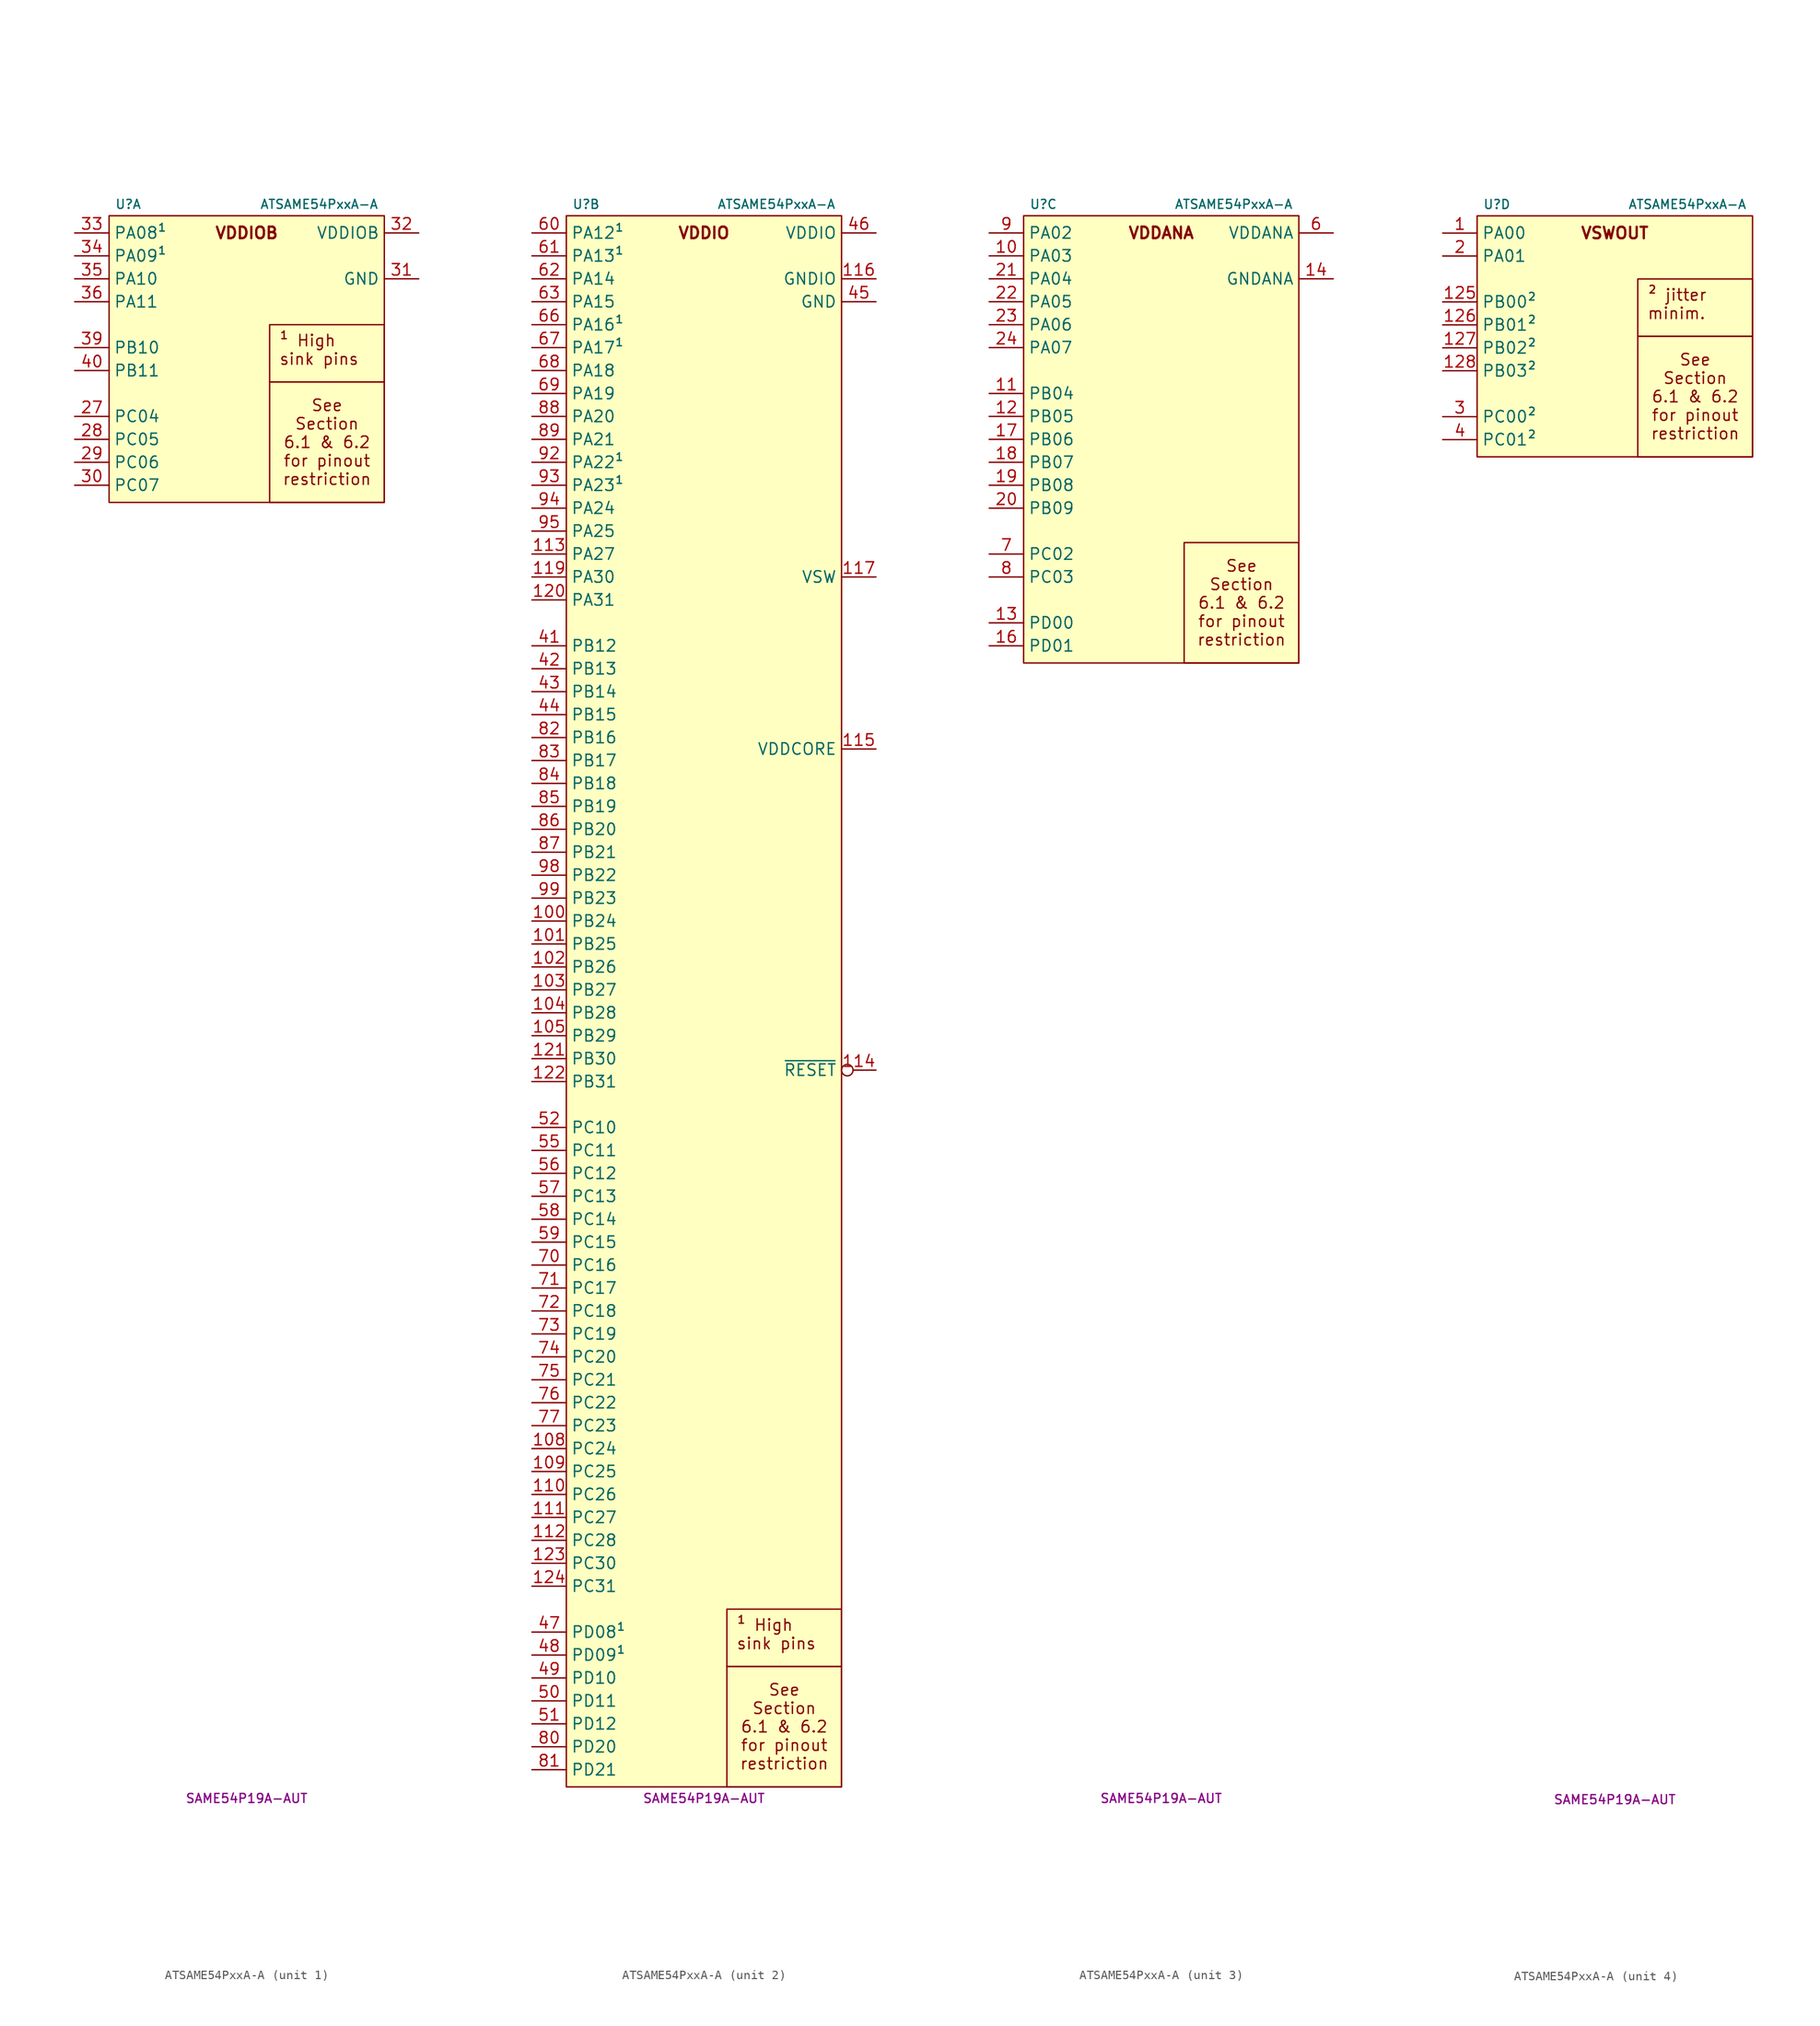
<source format=kicad_sym>
(kicad_symbol_lib
  (version 20231120)
  (generator "kicad_symbol_editor")
  (generator_version "8.0")
  (symbol "ATSAME54PxxA-A"
    (property "Reference" "U"
      (at -14.605 60.325 0)
      (do_not_autoplace)
      (effects (font (size 1 1)) (justify left)))
    (property "Value" "ATSAME54PxxA-A"
      (at 14.605 60.325 0)
      (do_not_autoplace)
      (effects (font (size 1 1)) (justify right)))
    (property "MPN" "SAME54P19A-AUT"
      (at 0 -116.205 0)
      (do_not_autoplace)
      (effects (font (size 1 1))))
    (property "ki_locked" ""
      (at 0 0 0)
      (effects (font (size 1.27 1.27))))
    (symbol "ATSAME54PxxA-A_1_1"
      (rectangle (start -15.24 59.055) (end 15.24 27.305) (stroke (width 0) (type default)) (fill (type background)))
      (text "VDDIOB" (at 0 57.15 0) (effects (font (size 1.27 1.27) (bold yes))))
      (text_box "See Section 6.1 & 6.2\nfor pinout restriction" (at 2.54 40.64 0) (size 12.7 -13.335) (stroke (width 0) (type default)) (fill (type none)) (effects (font (size 1.27 1.27))))
      (text_box "¹ High sink pins" (at 2.54 46.99 0) (size 12.7 -6.35) (stroke (width 0) (type default)) (fill (type none)) (effects (font (size 1.27 1.27)) (justify left top)))
      (pin tri_state line (at -19.05 36.83 0) (length 3.81) (name "PC04" (effects (font (size 1.27 1.27)))) (number "27" (effects (font (size 1.27 1.27)))) (alternate "A:EXTINT.4" input line) (alternate "C:SERCOM6.2.MISO" bidirectional line) (alternate "C:SERCOM6.2.MOSI" bidirectional line) (alternate "C:SERCOM6.2.PAD0" bidirectional line) (alternate "C:SERCOM6.2.RX" input line) (alternate "C:SERCOM6.2.TX" output line) (alternate "F:TCC0.2.WO0" output line))
      (pin tri_state line (at -19.05 34.29 0) (length 3.81) (name "PC05" (effects (font (size 1.27 1.27)))) (number "28" (effects (font (size 1.27 1.27)))) (alternate "A:EXTINT.5" input line) (alternate "C:SERCOM6.2.MISO" input line) (alternate "C:SERCOM6.2.MOSI" input line) (alternate "C:SERCOM6.2.PAD1" bidirectional line) (alternate "C:SERCOM6.2.RX" input line) (alternate "C:SERCOM6.2.SCK" bidirectional clock) (alternate "C:SERCOM6.2.XCK" bidirectional clock))
      (pin tri_state line (at -19.05 31.75 0) (length 3.81) (name "PC06" (effects (font (size 1.27 1.27)))) (number "29" (effects (font (size 1.27 1.27)))) (alternate "A:EXTINT.6" input line) (alternate "C:SERCOM6.2.MISO" input line) (alternate "C:SERCOM6.2.MOSI" input line) (alternate "C:SERCOM6.2.PAD2" bidirectional line) (alternate "C:SERCOM6.2.RX" input line) (alternate "C:SERCOM6.2.~{RTS}" output inverted) (alternate "C:SERCOM6.2.~{SS}" bidirectional inverted) (alternate "I:SDHC0.~{CD}" input inverted))
      (pin tri_state line (at -19.05 29.21 0) (length 3.81) (name "PC07" (effects (font (size 1.27 1.27)))) (number "30" (effects (font (size 1.27 1.27)))) (alternate "A:EXTINT.9" input line) (alternate "C:SERCOM6.2.MISO" bidirectional line) (alternate "C:SERCOM6.2.MOSI" bidirectional line) (alternate "C:SERCOM6.2.PAD3" bidirectional line) (alternate "C:SERCOM6.2.RX" input line) (alternate "C:SERCOM6.2.~{CTS}" input inverted) (alternate "I:SDHC0.~{WP}" input inverted))
      (pin power_in line (at 19.05 52.07 180) (length 3.81) (name "GND" (effects (font (size 1.27 1.27)))) (number "31" (effects (font (size 1.27 1.27)))))
      (pin power_in line (at 19.05 57.15 180) (length 3.81) (name "VDDIOB" (effects (font (size 1.27 1.27)))) (number "32" (effects (font (size 1.27 1.27)))))
      (pin tri_state line (at -19.05 57.15 0) (length 3.81) (name "PA08¹" (effects (font (size 1.27 1.27)))) (number "33" (effects (font (size 1.27 1.27)))) (alternate "A:NMI¹" input line) (alternate "B:ADC0.IN8¹" input line) (alternate "B:ADC1.IN2¹" input line) (alternate "B:PTC.X6¹" input line) (alternate "B:PTC.Y6¹" bidirectional line) (alternate "C:SERCOM0.1.MISO¹" bidirectional line) (alternate "C:SERCOM0.1.MOSI¹" bidirectional line) (alternate "C:SERCOM0.1.PAD0¹" bidirectional line) (alternate "C:SERCOM0.1.RX¹" input line) (alternate "C:SERCOM0.1.SDA¹" open_collector line) (alternate "C:SERCOM0.1.TX¹" output line) (alternate "D:SERCOM2.3.MISO¹" input line) (alternate "D:SERCOM2.3.MOSI¹" input line) (alternate "D:SERCOM2.3.PAD1¹" bidirectional line) (alternate "D:SERCOM2.3.RX¹" input line) (alternate "D:SERCOM2.3.SCK¹" bidirectional clock) (alternate "D:SERCOM2.3.SCL¹" open_collector clock) (alternate "D:SERCOM2.3.XCK¹" bidirectional clock) (alternate "E:TC0.1.WO0¹" output line) (alternate "F:TCC0.1.WO0¹" output line) (alternate "G:TCC1.3.WO4¹" output line) (alternate "H:QSPI.D0¹" bidirectional line) (alternate "H:QSPI.MOSI¹" output line) (alternate "I:SDHC0.CMD¹" bidirectional line) (alternate "J:I2S.1.MCK0¹" bidirectional clock) (alternate "N:CCL.IN3¹" input line))
      (pin tri_state line (at -19.05 54.61 0) (length 3.81) (name "PA09¹" (effects (font (size 1.27 1.27)))) (number "34" (effects (font (size 1.27 1.27)))) (alternate "A:EXTINT.9¹" input line) (alternate "B:ADC0.IN9¹" input line) (alternate "B:ADC1.IN3¹" input line) (alternate "B:PTC.X7¹" input line) (alternate "B:PTC.Y7¹" bidirectional line) (alternate "C:SERCOM0.1.MISO¹" input line) (alternate "C:SERCOM0.1.MOSI¹" input line) (alternate "C:SERCOM0.1.PAD1¹" bidirectional line) (alternate "C:SERCOM0.1.RX¹" input line) (alternate "C:SERCOM0.1.SCK¹" bidirectional clock) (alternate "C:SERCOM0.1.SCL¹" open_collector clock) (alternate "C:SERCOM0.1.XCK¹" bidirectional clock) (alternate "D:SERCOM2.3.MISO¹" bidirectional line) (alternate "D:SERCOM2.3.MOSI¹" bidirectional line) (alternate "D:SERCOM2.3.PAD0¹" bidirectional line) (alternate "D:SERCOM2.3.RX¹" input line) (alternate "D:SERCOM2.3.SDA¹" open_collector line) (alternate "D:SERCOM2.3.TX¹" output line) (alternate "E:TC0.1.WO1¹" output line) (alternate "F:TCC0.1.WO1¹" output line) (alternate "G:TCC1.3.WO5¹" output line) (alternate "H:QSPI.D1¹" bidirectional line) (alternate "H:QSPI.MISO¹" input line) (alternate "I:SDHC0.D0¹" bidirectional line) (alternate "J:I2S.1.FS0¹" bidirectional clock) (alternate "N:CCL.IN4¹" input line))
      (pin tri_state line (at -19.05 52.07 0) (length 3.81) (name "PA10" (effects (font (size 1.27 1.27)))) (number "35" (effects (font (size 1.27 1.27)))) (alternate "A:EXTINT.10" input line) (alternate "B:ADC0.IN10" input line) (alternate "B:PTC.X8" input line) (alternate "B:PTC.Y8" bidirectional line) (alternate "C:SERCOM0.1.MISO" input line) (alternate "C:SERCOM0.1.MOSI" input line) (alternate "C:SERCOM0.1.PAD2" bidirectional line) (alternate "C:SERCOM0.1.RX" input line) (alternate "C:SERCOM0.1.~{RTS}" output inverted) (alternate "C:SERCOM0.1.~{SS}" bidirectional inverted) (alternate "D:SERCOM2.3.MISO" input line) (alternate "D:SERCOM2.3.MOSI" input line) (alternate "D:SERCOM2.3.PAD2" bidirectional line) (alternate "D:SERCOM2.3.RX" input line) (alternate "D:SERCOM2.3.~{RTS}" output inverted) (alternate "D:SERCOM2.3.~{SS}" bidirectional inverted) (alternate "E:TC1.2.WO0" output line) (alternate "F:TCC0.1.WO2" output line) (alternate "G:TCC1.2.WO6" output line) (alternate "H:QSPI.D2" bidirectional line) (alternate "I:SDHC0.D1" bidirectional line) (alternate "J:I2S.1.SCK0" bidirectional clock) (alternate "M:GCLK.IN4" bidirectional clock) (alternate "N:CCL.IN5" input line))
      (pin tri_state line (at -19.05 49.53 0) (length 3.81) (name "PA11" (effects (font (size 1.27 1.27)))) (number "36" (effects (font (size 1.27 1.27)))) (alternate "A:EXTINT.11" input line) (alternate "B:ADC0.IN11" input line) (alternate "B:PTC.X9" input line) (alternate "B:PTC.Y9" bidirectional line) (alternate "C:SERCOM0.1.MISO" bidirectional line) (alternate "C:SERCOM0.1.MOSI" bidirectional line) (alternate "C:SERCOM0.1.PAD3" bidirectional line) (alternate "C:SERCOM0.1.RX" input line) (alternate "C:SERCOM0.1.~{CTS}" input inverted) (alternate "D:SERCOM2.3.MISO" bidirectional line) (alternate "D:SERCOM2.3.MOSI" bidirectional line) (alternate "D:SERCOM2.3.PAD3" bidirectional line) (alternate "D:SERCOM2.3.RX" input line) (alternate "D:SERCOM2.3.~{CTS}" input inverted) (alternate "E:TC1.2.WO1" output line) (alternate "F:TCC0.1.WO3" output line) (alternate "G:TCC1.2.WO7" output line) (alternate "H:QSPI.D3" bidirectional line) (alternate "I:SDHC0.D2" bidirectional line) (alternate "J:I2S.1.SDO" output line) (alternate "M:GCLK.IO5" bidirectional clock) (alternate "N:CCL.OUT1" output line))
      (pin passive line (at 19.05 57.15 180) (length 3.81) hide (name "VDDIOB" (effects (font (size 1.27 1.27)))) (number "37" (effects (font (size 1.27 1.27)))))
      (pin passive line (at 19.05 52.07 180) (length 3.81) hide (name "GND" (effects (font (size 1.27 1.27)))) (number "38" (effects (font (size 1.27 1.27)))))
      (pin tri_state line (at -19.05 44.45 0) (length 3.81) (name "PB10" (effects (font (size 1.27 1.27)))) (number "39" (effects (font (size 1.27 1.27)))) (alternate "A:EXTINT.10" input line) (alternate "D:SERCOM4.2.MISO" input line) (alternate "D:SERCOM4.2.MOSI" input line) (alternate "D:SERCOM4.2.PAD2" bidirectional line) (alternate "D:SERCOM4.2.RX" input line) (alternate "D:SERCOM4.2.~{RTS}" output inverted) (alternate "D:SERCOM4.2.~{SS}" bidirectional inverted) (alternate "E:TC5.1.WO0" output line) (alternate "F:TCC0.1.WO4" output line) (alternate "F:TCC1.4.WO0" output line) (alternate "H:QSPI.SCK" output clock) (alternate "I:SDHC0.D3" bidirectional line) (alternate "J:I2S.1.SDI" input line) (alternate "M:GCLK.IO4" bidirectional clock) (alternate "N:CCL.IN11" input line))
      (pin tri_state line (at -19.05 41.91 0) (length 3.81) (name "PB11" (effects (font (size 1.27 1.27)))) (number "40" (effects (font (size 1.27 1.27)))) (alternate "A:EXTINT.11" input line) (alternate "D:SERCOM4.2.MISO" bidirectional line) (alternate "D:SERCOM4.2.MOSI" bidirectional line) (alternate "D:SERCOM4.2.PAD3" bidirectional line) (alternate "D:SERCOM4.2.RX" input line) (alternate "D:SERCOM4.2.~{CTS}" input inverted) (alternate "E:TC5.1.WO1" output line) (alternate "F:TCC0.1.WO5" output line) (alternate "G:TCC1.4.WO1" output line) (alternate "H:QSPI.~{CS}" output inverted) (alternate "I:SDHC0.CK" output clock) (alternate "J:I2S.1.FS1" bidirectional clock) (alternate "M:GCLK.IO5" bidirectional clock) (alternate "N:CCL.OUT1" output line))
      (pin passive line (at 19.05 52.07 180) (length 3.81) hide (name "GND" (effects (font (size 1.27 1.27)))) (number "5" (effects (font (size 1.27 1.27))))))
    (symbol "ATSAME54PxxA-A_2_1"
      (rectangle (start -15.24 59.055) (end 15.24 -114.935) (stroke (width 0) (type default)) (fill (type background)))
      (text "VDDIO" (at 0 57.15 0) (effects (font (size 1.27 1.27) (bold yes))))
      (text_box "See Section 6.1 & 6.2\nfor pinout restriction" (at 2.54 -101.6 0) (size 12.7 -13.335) (stroke (width 0) (type default)) (fill (type none)) (effects (font (size 1.27 1.27))))
      (text_box "¹ High sink pins" (at 2.54 -95.25 0) (size 12.7 -6.35) (stroke (width 0) (type default)) (fill (type none)) (effects (font (size 1.27 1.27)) (justify left top)))
      (pin tri_state line (at -19.05 -19.05 0) (length 3.81) (name "PB24" (effects (font (size 1.27 1.27)))) (number "100" (effects (font (size 1.27 1.27)))) (alternate "A:EXTINT.8" input line) (alternate "C:SERCOM0.2.MISO" bidirectional line) (alternate "C:SERCOM0.2.MOSI" bidirectional line) (alternate "C:SERCOM0.2.PAD0" bidirectional line) (alternate "C:SERCOM0.2.RX" input line) (alternate "C:SERCOM0.2.TX" output line) (alternate "D:SERCOM2.4.MISO" input line) (alternate "D:SERCOM2.4.MOSI" input line) (alternate "D:SERCOM2.4.PAD1" bidirectional line) (alternate "D:SERCOM2.4.RX" input line) (alternate "D:SERCOM2.4.SCK" bidirectional clock) (alternate "D:SERCOM2.4.XCK" bidirectional clock) (alternate "G:PDEC.4.1" input line) (alternate "M:AC.CMP0" output line))
      (pin tri_state line (at -19.05 -21.59 0) (length 3.81) (name "PB25" (effects (font (size 1.27 1.27)))) (number "101" (effects (font (size 1.27 1.27)))) (alternate "A:EXTINT.9" input line) (alternate "C:SERCOM0.2.MISO" input line) (alternate "C:SERCOM0.2.MOSI" input line) (alternate "C:SERCOM0.2.PAD1" bidirectional line) (alternate "C:SERCOM0.2.RX" input line) (alternate "C:SERCOM0.2.SCK" bidirectional clock) (alternate "C:SERCOM0.2.XCK" bidirectional clock) (alternate "D:SERCOM2.4.MISO" bidirectional line) (alternate "D:SERCOM2.4.MOSI" bidirectional line) (alternate "D:SERCOM2.4.PAD0" bidirectional line) (alternate "D:SERCOM2.4.RX" input line) (alternate "D:SERCOM2.4.TX" output line) (alternate "G:PDEC.4.2" input line) (alternate "M:AC.CMP1" output line))
      (pin tri_state line (at -19.05 -24.13 0) (length 3.81) (name "PB26" (effects (font (size 1.27 1.27)))) (number "102" (effects (font (size 1.27 1.27)))) (alternate "A:EXTINT.12" input line) (alternate "C:SERCOM2.2.MISO" bidirectional line) (alternate "C:SERCOM2.2.MOSI" bidirectional line) (alternate "C:SERCOM2.2.PAD0" bidirectional line) (alternate "C:SERCOM2.2.RX" input line) (alternate "C:SERCOM2.2.TX" output line) (alternate "D:SERCOM4.4.MISO" input line) (alternate "D:SERCOM4.4.MOSI" input line) (alternate "D:SERCOM4.4.PAD1" bidirectional line) (alternate "D:SERCOM4.4.RX" input line) (alternate "D:SERCOM4.4.SCK" bidirectional clock) (alternate "D:SERCOM4.4.XCK" bidirectional clock) (alternate "F:TCC1.3.WO2" output line))
      (pin tri_state line (at -19.05 -26.67 0) (length 3.81) (name "PB27" (effects (font (size 1.27 1.27)))) (number "103" (effects (font (size 1.27 1.27)))) (alternate "A:EXTINT.13" input line) (alternate "C:SERCOM2.2.MISO" input line) (alternate "C:SERCOM2.2.MOSI" input line) (alternate "C:SERCOM2.2.PAD1" bidirectional line) (alternate "C:SERCOM2.2.RX" input line) (alternate "C:SERCOM2.2.SCK" bidirectional clock) (alternate "C:SERCOM2.2.XCK" bidirectional clock) (alternate "D:SERCOM4.4.MISO" bidirectional line) (alternate "D:SERCOM4.4.MOSI" bidirectional line) (alternate "D:SERCOM4.4.PAD0" bidirectional line) (alternate "D:SERCOM4.4.RX" input line) (alternate "D:SERCOM4.4.TX" output line) (alternate "F:TCC1.3.WO3" output line))
      (pin tri_state line (at -19.05 -29.21 0) (length 3.81) (name "PB28" (effects (font (size 1.27 1.27)))) (number "104" (effects (font (size 1.27 1.27)))) (alternate "A:EXTINT.14" input line) (alternate "C:SERCOM2.2.MISO" input line) (alternate "C:SERCOM2.2.MOSI" input line) (alternate "C:SERCOM2.2.PAD2" bidirectional line) (alternate "C:SERCOM2.2.RX" input line) (alternate "C:SERCOM2.2.~{RTS}" output inverted) (alternate "C:SERCOM2.2.~{SS}" bidirectional inverted) (alternate "D:SERCOM4.4.MISO" input line) (alternate "D:SERCOM4.4.MOSI" input line) (alternate "D:SERCOM4.4.PAD2" bidirectional line) (alternate "D:SERCOM4.4.RX" input line) (alternate "D:SERCOM4.4.~{RTS}" output inverted) (alternate "D:SERCOM4.4.~{SS}" bidirectional inverted) (alternate "F:TCC1.2.WO4" output line) (alternate "J:I2S.2.SCK1" bidirectional clock))
      (pin tri_state line (at -19.05 -31.75 0) (length 3.81) (name "PB29" (effects (font (size 1.27 1.27)))) (number "105" (effects (font (size 1.27 1.27)))) (alternate "A:EXTINT.15" input line) (alternate "C:SERCOM2.2.MISO" bidirectional line) (alternate "C:SERCOM2.2.MOSI" bidirectional line) (alternate "C:SERCOM2.2.PAD3" bidirectional line) (alternate "C:SERCOM2.2.RX" input line) (alternate "C:SERCOM2.2.~{CTS}" input inverted) (alternate "D:SERCOM4.4.MISO" bidirectional line) (alternate "D:SERCOM4.4.MOSI" bidirectional line) (alternate "D:SERCOM4.4.PAD3" bidirectional line) (alternate "D:SERCOM4.4.RX" input line) (alternate "D:SERCOM4.4.~{CTS}" input inverted) (alternate "F:TCC1.2.WO5" output line) (alternate "J:I2S.2.MCK1" bidirectional clock))
      (pin passive line (at 19.05 49.53 180) (length 3.81) hide (name "GND" (effects (font (size 1.27 1.27)))) (number "106" (effects (font (size 1.27 1.27)))))
      (pin passive line (at 19.05 57.15 180) (length 3.81) hide (name "VDDIO" (effects (font (size 1.27 1.27)))) (number "107" (effects (font (size 1.27 1.27)))))
      (pin tri_state line (at -19.05 -77.47 0) (length 3.81) (name "PC24" (effects (font (size 1.27 1.27)))) (number "108" (effects (font (size 1.27 1.27)))) (alternate "A:EXTINT.8" input line) (alternate "C:SERCOM0.2.MISO" input line) (alternate "C:SERCOM0.2.MOSI" input line) (alternate "C:SERCOM0.2.PAD2" bidirectional line) (alternate "C:SERCOM0.2.RX" input line) (alternate "C:SERCOM0.2.~{RTS}" output inverted) (alternate "C:SERCOM0.2.~{SS}" bidirectional inverted) (alternate "D:SERCOM2.4.MISO" input line) (alternate "D:SERCOM2.4.MOSI" input line) (alternate "D:SERCOM2.4.PAD2" bidirectional line) (alternate "D:SERCOM2.4.RX" input line) (alternate "D:SERCOM2.4.~{RTS}" output inverted) (alternate "D:SERCOM2.4.~{SS}" bidirectional inverted) (alternate "H:TRACE.D3" bidirectional line))
      (pin tri_state line (at -19.05 -80.01 0) (length 3.81) (name "PC25" (effects (font (size 1.27 1.27)))) (number "109" (effects (font (size 1.27 1.27)))) (alternate "A:EXTINT.9" input line) (alternate "C:SERCOM0.2.MISO" bidirectional line) (alternate "C:SERCOM0.2.MOSI" bidirectional line) (alternate "C:SERCOM0.2.PAD3" bidirectional line) (alternate "C:SERCOM0.2.RX" input line) (alternate "C:SERCOM0.2.~{CTS}" input inverted) (alternate "D:SERCOM2.4.MISO" bidirectional line) (alternate "D:SERCOM2.4.MOSI" bidirectional line) (alternate "D:SERCOM2.4.PAD3" bidirectional line) (alternate "D:SERCOM2.4.RX" input line) (alternate "D:SERCOM2.4.~{CTS}" input inverted) (alternate "H:TRACE.D2" bidirectional line))
      (pin tri_state line (at -19.05 -82.55 0) (length 3.81) (name "PC26" (effects (font (size 1.27 1.27)))) (number "110" (effects (font (size 1.27 1.27)))) (alternate "A:EXTINT.10" input line) (alternate "H:TRACE.D1" bidirectional line))
      (pin tri_state line (at -19.05 -85.09 0) (length 3.81) (name "PC27" (effects (font (size 1.27 1.27)))) (number "111" (effects (font (size 1.27 1.27)))) (alternate "A:EXTINT.11" input line) (alternate "C:SERCOM1.3.MISO" bidirectional line) (alternate "C:SERCOM1.3.MOSI" bidirectional line) (alternate "C:SERCOM1.3.PAD0" bidirectional line) (alternate "C:SERCOM1.3.RX" input line) (alternate "C:SERCOM1.3.TX" output line) (alternate "H:TRACE.CLK" input clock) (alternate "M:SWO" output line) (alternate "N:CCL.IN4" input line))
      (pin tri_state line (at -19.05 -87.63 0) (length 3.81) (name "PC28" (effects (font (size 1.27 1.27)))) (number "112" (effects (font (size 1.27 1.27)))) (alternate "A:EXTINT.12" input line) (alternate "C:SERCOM1.3.MISO" input line) (alternate "C:SERCOM1.3.MOSI" input line) (alternate "C:SERCOM1.3.PAD1" bidirectional line) (alternate "C:SERCOM1.3.RX" input line) (alternate "C:SERCOM1.3.SCK" bidirectional clock) (alternate "C:SERCOM1.3.XCK" bidirectional clock) (alternate "H:TRACE.D0" bidirectional line) (alternate "N:CCL.IN5" input line))
      (pin tri_state line (at -19.05 21.59 0) (length 3.81) (name "PA27" (effects (font (size 1.27 1.27)))) (number "113" (effects (font (size 1.27 1.27)))) (alternate "A:EXTINT.11" input line) (alternate "B:PTC.X18" input line) (alternate "B:PTC.Y18" bidirectional line) (alternate "M:GCLK.IO1" bidirectional clock))
      (pin input inverted (at 19.05 -35.56 180) (length 3.81) (name "~{RESET}" (effects (font (size 1.27 1.27)))) (number "114" (effects (font (size 1.27 1.27)))))
      (pin power_out line (at 19.05 0 180) (length 3.81) (name "VDDCORE" (effects (font (size 1.27 1.27)))) (number "115" (effects (font (size 1.27 1.27)))))
      (pin power_in line (at 19.05 52.07 180) (length 3.81) (name "GNDIO" (effects (font (size 1.27 1.27)))) (number "116" (effects (font (size 1.27 1.27)))))
      (pin power_out line (at 19.05 19.05 180) (length 3.81) (name "VSW" (effects (font (size 1.27 1.27)))) (number "117" (effects (font (size 1.27 1.27)))))
      (pin passive line (at 19.05 57.15 180) (length 3.81) hide (name "VDDIO" (effects (font (size 1.27 1.27)))) (number "118" (effects (font (size 1.27 1.27)))))
      (pin tri_state line (at -19.05 19.05 0) (length 3.81) (name "PA30" (effects (font (size 1.27 1.27)))) (number "119" (effects (font (size 1.27 1.27)))) (alternate "A:EXTINT.14" input line) (alternate "C:SERCOM7.5.MISO" input line) (alternate "C:SERCOM7.5.MOSI" input line) (alternate "C:SERCOM7.5.PAD2" bidirectional line) (alternate "C:SERCOM7.5.RX" input line) (alternate "C:SERCOM7.5.~{RTS}" output inverted) (alternate "C:SERCOM7.5.~{SS}" bidirectional inverted) (alternate "D:SERCOM1.4.MISO" input line) (alternate "D:SERCOM1.4.MOSI" input line) (alternate "D:SERCOM1.4.PAD2" bidirectional line) (alternate "D:SERCOM1.4.RX" input line) (alternate "D:SERCOM1.4.~{RTS}" output inverted) (alternate "D:SERCOM1.4.~{SS}" bidirectional inverted) (alternate "E:TC6.2.WO0" output line) (alternate "F:TCC2.2.WO0" output line) (alternate "H:SWCLK" input clock) (alternate "M:GCLK.IO0" bidirectional clock) (alternate "N:CCL.IN3" input line))
      (pin tri_state line (at -19.05 16.51 0) (length 3.81) (name "PA31" (effects (font (size 1.27 1.27)))) (number "120" (effects (font (size 1.27 1.27)))) (alternate "A:EXTINT.15" input line) (alternate "C:SERCOM7.5.MISO" bidirectional line) (alternate "C:SERCOM7.5.MOSI" bidirectional line) (alternate "C:SERCOM7.5.PAD3" bidirectional line) (alternate "C:SERCOM7.5.RX" input line) (alternate "C:SERCOM7.5.~{CTS}" input inverted) (alternate "D:SERCOM1.4.MISO" bidirectional line) (alternate "D:SERCOM1.4.MOSI" bidirectional line) (alternate "D:SERCOM1.4.PAD3" bidirectional line) (alternate "D:SERCOM1.4.RX" input line) (alternate "D:SERCOM1.4.~{CTS}" input inverted) (alternate "E:TC6.3.WO1" output line) (alternate "F:TCC2.2.WO1" output line) (alternate "H:SWDIO" bidirectional line) (alternate "N:CCL.OUT1" output line))
      (pin tri_state line (at -19.05 -34.29 0) (length 3.81) (name "PB30" (effects (font (size 1.27 1.27)))) (number "121" (effects (font (size 1.27 1.27)))) (alternate "A:EXTINT.14" input line) (alternate "C:SERCOM7.5.MISO" bidirectional line) (alternate "C:SERCOM7.5.MOSI" bidirectional line) (alternate "C:SERCOM7.5.PAD0" bidirectional line) (alternate "C:SERCOM7.5.RX" input line) (alternate "C:SERCOM7.5.TX" output line) (alternate "D:SERCOM5.5.MISO" input line) (alternate "D:SERCOM5.5.MOSI" input line) (alternate "D:SERCOM5.5.PAD1" bidirectional line) (alternate "D:SERCOM5.5.RX" input line) (alternate "D:SERCOM5.5.SCK" bidirectional clock) (alternate "D:SERCOM5.5.XCK" bidirectional clock) (alternate "E:TC0.3.WO0" output line) (alternate "F:TCC4.2.WO0" output line) (alternate "G:TCC0.4.WO6" output line) (alternate "H:SWO" output line))
      (pin tri_state line (at -19.05 -36.83 0) (length 3.81) (name "PB31" (effects (font (size 1.27 1.27)))) (number "122" (effects (font (size 1.27 1.27)))) (alternate "A:EXTINT.15" input line) (alternate "C:SERCOM7.5.MISO" input line) (alternate "C:SERCOM7.5.MOSI" input line) (alternate "C:SERCOM7.5.PAD1" bidirectional line) (alternate "C:SERCOM7.5.RX" input line) (alternate "C:SERCOM7.5.SCK" bidirectional clock) (alternate "C:SERCOM7.5.XCK" bidirectional clock) (alternate "D:SERCOM5.5.MISO" bidirectional line) (alternate "D:SERCOM5.5.MOSI" bidirectional line) (alternate "D:SERCOM5.5.PAD0" bidirectional line) (alternate "D:SERCOM5.5.RX" input line) (alternate "D:SERCOM5.5.TX" output line) (alternate "E:TC0.3.WO1" output line) (alternate "F:TCC4.2.WO1" output line) (alternate "G:TCC0.4.WO7" output line))
      (pin tri_state line (at -19.05 -90.17 0) (length 3.81) (name "PC30" (effects (font (size 1.27 1.27)))) (number "123" (effects (font (size 1.27 1.27)))) (alternate "A:EXTINT.14" input line) (alternate "B:ADC.IN12" input line))
      (pin tri_state line (at -19.05 -92.71 0) (length 3.81) (name "PC31" (effects (font (size 1.27 1.27)))) (number "124" (effects (font (size 1.27 1.27)))) (alternate "A:EXTINT.15" input line) (alternate "B:ADC1.IN13" input line))
      (pin tri_state line (at -19.05 11.43 0) (length 3.81) (name "PB12" (effects (font (size 1.27 1.27)))) (number "41" (effects (font (size 1.27 1.27)))) (alternate "A:EXTINT.12" input line) (alternate "B:PTC.X26" input line) (alternate "B:PTC.Y26" bidirectional line) (alternate "C:SERCOM4.1.MISO" bidirectional line) (alternate "C:SERCOM4.1.MOSI" bidirectional line) (alternate "C:SERCOM4.1.PAD0" bidirectional line) (alternate "C:SERCOM4.1.RX" input line) (alternate "C:SERCOM4.1.TX" output line) (alternate "E:TC4.2.WO0" output line) (alternate "F:TCC3.1.WO0" output line) (alternate "G:TCC0.5.WO0" output line) (alternate "H:CAN1.TX" output line) (alternate "I:SDHC0.~{CD}" input inverted) (alternate "J:I2S.1.SCK1" bidirectional clock) (alternate "M:GCLK.IO6" bidirectional clock))
      (pin tri_state line (at -19.05 8.89 0) (length 3.81) (name "PB13" (effects (font (size 1.27 1.27)))) (number "42" (effects (font (size 1.27 1.27)))) (alternate "A:EXTINT.13" input line) (alternate "B:PTC.X27" input line) (alternate "B:PTC.Y27" bidirectional line) (alternate "C:SERCOM4.1.MISO" input line) (alternate "C:SERCOM4.1.MOSI" input line) (alternate "C:SERCOM4.1.PAD1" bidirectional line) (alternate "C:SERCOM4.1.RX" input line) (alternate "C:SERCOM4.1.SCK" bidirectional clock) (alternate "C:SERCOM4.1.XCK" bidirectional clock) (alternate "E:T4.2.WO1" output line) (alternate "F:TCC3.1.WO1" output line) (alternate "G:TCC0.5.WO1" output line) (alternate "H:CAN1.RX" input line) (alternate "I:SDHC0.~{WP}" input line) (alternate "J:I2S.1.MCK1" bidirectional clock) (alternate "M:GCLK.IO7" bidirectional clock))
      (pin tri_state line (at -19.05 6.35 0) (length 3.81) (name "PB14" (effects (font (size 1.27 1.27)))) (number "43" (effects (font (size 1.27 1.27)))) (alternate "A:EXTINT14" input line) (alternate "B:PTC.X28" input line) (alternate "B:PTC.Y28" bidirectional line) (alternate "C:SERCOM4.1.MISO" input line) (alternate "C:SERCOM4.1.MOSI" input line) (alternate "C:SERCOM4.1.PAD2" bidirectional line) (alternate "C:SERCOM4.1.RX" input line) (alternate "C:SERCOM4.1.~{RTS}" output inverted) (alternate "C:SERCOM4.1.~{SS}" bidirectional inverted) (alternate "E:TC5.2.WO0" output line) (alternate "F:TCC4.1.WO0" output line) (alternate "G:TCC0.5.WO2" output line) (alternate "H:CAN1.TX" output line) (alternate "K:PCC.D8" input line) (alternate "L:GMAC.1.MDC" output clock) (alternate "M:GCLK.IO0" bidirectional clock) (alternate "N:CCL.IN9" input line))
      (pin tri_state line (at -19.05 3.81 0) (length 3.81) (name "PB15" (effects (font (size 1.27 1.27)))) (number "44" (effects (font (size 1.27 1.27)))) (alternate "A:EXTINT.15" input line) (alternate "B:PTC.X29" input line) (alternate "B:PTC.Y29" bidirectional line) (alternate "C:SERCOM4.1.MISO" bidirectional line) (alternate "C:SERCOM4.1.MOSI" bidirectional line) (alternate "C:SERCOM4.1.PAD3" bidirectional line) (alternate "C:SERCOM4.1.RX" input line) (alternate "C:SERCOM4.1.~{CTS}" input inverted) (alternate "E:TC5.2.WO1" output line) (alternate "F:TCC4.1.WO1" output line) (alternate "G:TCC0.5.WO3" output line) (alternate "H:CAN1.RX" input line) (alternate "K:PCC.D9" input line) (alternate "L:GMAC.1.MDIO" bidirectional line) (alternate "M:GCLK.IO1" bidirectional clock) (alternate "N:CCL.IN10" input line))
      (pin power_in line (at 19.05 49.53 180) (length 3.81) (name "GND" (effects (font (size 1.27 1.27)))) (number "45" (effects (font (size 1.27 1.27)))))
      (pin power_in line (at 19.05 57.15 180) (length 3.81) (name "VDDIO" (effects (font (size 1.27 1.27)))) (number "46" (effects (font (size 1.27 1.27)))))
      (pin tri_state line (at -19.05 -97.79 0) (length 3.81) (name "PD08¹" (effects (font (size 1.27 1.27)))) (number "47" (effects (font (size 1.27 1.27)))) (alternate "A:EXTINT.3¹" input line) (alternate "C:SERCOM7.2.MISO¹" bidirectional line) (alternate "C:SERCOM7.2.MOSI¹" bidirectional line) (alternate "C:SERCOM7.2.PAD0¹" bidirectional line) (alternate "C:SERCOM7.2.RX¹" input line) (alternate "C:SERCOM7.2.SDA¹" open_collector line) (alternate "C:SERCOM7.2.TX¹" output line) (alternate "D:SERCOM6.3.MISO¹" input line) (alternate "D:SERCOM6.3.MOSI¹" input line) (alternate "D:SERCOM6.3.PAD1¹" bidirectional line) (alternate "D:SERCOM6.3.RX¹" input line) (alternate "D:SERCOM6.3.SCK¹" bidirectional clock) (alternate "D:SERCOM6.3.SCL¹" open_collector clock) (alternate "D:SERCOM6.3.XCK¹" bidirectional clock) (alternate "F:TCC0.2.WO1¹" output line))
      (pin tri_state line (at -19.05 -100.33 0) (length 3.81) (name "PD09¹" (effects (font (size 1.27 1.27)))) (number "48" (effects (font (size 1.27 1.27)))) (alternate "A:EXTINT.4¹" input line) (alternate "C:SERCOM7.2.MISO¹" input line) (alternate "C:SERCOM7.2.MOSI¹" input line) (alternate "C:SERCOM7.2.PAD1¹" bidirectional line) (alternate "C:SERCOM7.2.RX¹" input line) (alternate "C:SERCOM7.2.SCK¹" bidirectional clock) (alternate "C:SERCOM7.2.SCL¹" open_collector clock) (alternate "C:SERCOM7.2.XCK¹" bidirectional clock) (alternate "D:SERCOM6.3.MISO¹" bidirectional line) (alternate "D:SERCOM6.3.MOSI¹" bidirectional line) (alternate "D:SERCOM6.3.PAD0¹" bidirectional line) (alternate "D:SERCOM6.3.RX¹" input line) (alternate "D:SERCOM6.3.SDA¹" open_collector line) (alternate "D:SERCOM6.3.TX¹" output line) (alternate "F:TCC0.2.WO2¹" output line))
      (pin tri_state line (at -19.05 -102.87 0) (length 3.81) (name "PD10" (effects (font (size 1.27 1.27)))) (number "49" (effects (font (size 1.27 1.27)))) (alternate "A:EXTINT.5" input line) (alternate "C:SERCOM7.2.MISO" input line) (alternate "C:SERCOM7.2.MOSI" input line) (alternate "C:SERCOM7.2.PAD2" bidirectional line) (alternate "C:SERCOM7.2.RX" input line) (alternate "C:SERCOM7.2.~{RTS}" output inverted) (alternate "C:SERCOM7.2.~{SS}" bidirectional inverted) (alternate "D:SERCOM6.3.MISO" input line) (alternate "D:SERCOM6.3.MOSI" input line) (alternate "D:SERCOM6.3.PAD2" bidirectional line) (alternate "D:SERCOM6.3.RX" input line) (alternate "D:SERCOM6.3.~{RTS}" output inverted) (alternate "D:SERCOM6.3.~{SS}" bidirectional inverted) (alternate "F:TCC0.2.WO3" output line))
      (pin tri_state line (at -19.05 -105.41 0) (length 3.81) (name "PD11" (effects (font (size 1.27 1.27)))) (number "50" (effects (font (size 1.27 1.27)))) (alternate "A:EXTINT.6" input line) (alternate "C:SERCOM7.2.MISO" bidirectional line) (alternate "C:SERCOM7.2.MOSI" bidirectional line) (alternate "C:SERCOM7.2.PAD3" bidirectional line) (alternate "C:SERCOM7.2.RX" input line) (alternate "C:SERCOM7.2.~{CTS}" input inverted) (alternate "D:SERCOM6.3.MISO" bidirectional line) (alternate "D:SERCOM6.3.MOSI" bidirectional line) (alternate "D:SERCOM6.3.PAD3" bidirectional line) (alternate "D:SERCOM6.3.RX" input line) (alternate "D:SERCOM6.3.~{CTS}" input inverted) (alternate "F:TCC0.2.WO4" output line))
      (pin tri_state line (at -19.05 -107.95 0) (length 3.81) (name "PD12" (effects (font (size 1.27 1.27)))) (number "51" (effects (font (size 1.27 1.27)))) (alternate "A:EXTINT.7" input line) (alternate "F:TCC0.2.WO4" output line))
      (pin tri_state line (at -19.05 -41.91 0) (length 3.81) (name "PC10" (effects (font (size 1.27 1.27)))) (number "52" (effects (font (size 1.27 1.27)))) (alternate "A:EXTINT.10" input line) (alternate "C:SERCOM6.5.MISO" input line) (alternate "C:SERCOM6.5.MOSI" input line) (alternate "C:SERCOM6.5.PAD2" bidirectional line) (alternate "C:SERCOM6.5.RX" input line) (alternate "C:SERCOM6.5.~{RTS}" output inverted) (alternate "C:SERCOM6.5.~{SS}" bidirectional inverted) (alternate "D:SERCOM7.3.MISO" input line) (alternate "D:SERCOM7.3.MOSI" input line) (alternate "D:SERCOM7.3.PAD2" bidirectional line) (alternate "D:SERCOM7.3.RX" input line) (alternate "D:SERCOM7.3.~{RTS}" output inverted) (alternate "D:SERCOM7.3.~{SS}" bidirectional inverted) (alternate "F:TCC0.3.WO0" output line) (alternate "G:TCC1.4.WO4" output line))
      (pin passive line (at 19.05 49.53 180) (length 3.81) hide (name "GND" (effects (font (size 1.27 1.27)))) (number "53" (effects (font (size 1.27 1.27)))))
      (pin passive line (at 19.05 57.15 180) (length 3.81) hide (name "VDDIO" (effects (font (size 1.27 1.27)))) (number "54" (effects (font (size 1.27 1.27)))))
      (pin tri_state line (at -19.05 -44.45 0) (length 3.81) (name "PC11" (effects (font (size 1.27 1.27)))) (number "55" (effects (font (size 1.27 1.27)))) (alternate "A:EXTINT.11" input line) (alternate "C:SERCOM6.5.MISO" bidirectional line) (alternate "C:SERCOM6.5.MOSI" bidirectional line) (alternate "C:SERCOM6.5.PAD3" bidirectional line) (alternate "C:SERCOM6.5.RX" input line) (alternate "C:SERCOM6.5.~{CTS}" input inverted) (alternate "D:SERCOM7.3.MISO" bidirectional line) (alternate "D:SERCOM7.3.MOSI" bidirectional line) (alternate "D:SERCOM7.3.PAD3" bidirectional line) (alternate "D:SERCOM7.3.RX" input line) (alternate "D:SERCOM7.3.~{CTS}" input inverted) (alternate "F:TCC0.3.WO1" output line) (alternate "G:TCC1.4.WO5" output line) (alternate "L:GMAC.2.MDC" output clock))
      (pin tri_state line (at -19.05 -46.99 0) (length 3.81) (name "PC12" (effects (font (size 1.27 1.27)))) (number "56" (effects (font (size 1.27 1.27)))) (alternate "A:EXTINT.12" input line) (alternate "C:SERCOM7.1.MISO" bidirectional line) (alternate "C:SERCOM7.1.MOSI" bidirectional line) (alternate "C:SERCOM7.1.PAD0" bidirectional line) (alternate "C:SERCOM7.1.RX" input line) (alternate "C:SERCOM7.1.TX" output line) (alternate "C:SERCOM7.3.MISO" bidirectional line) (alternate "C:SERCOM7.3.MOSI" bidirectional line) (alternate "C:SERCOM7.3.PAD0" bidirectional line) (alternate "C:SERCOM7.3.RX" input line) (alternate "C:SERCOM7.3.TX" output line) (alternate "D:SERCOM6.4.MISO" input line) (alternate "D:SERCOM6.4.MOSI" input line) (alternate "D:SERCOM6.4.PAD1" bidirectional line) (alternate "D:SERCOM6.4.RX" input line) (alternate "D:SERCOM6.4.SCK" bidirectional clock) (alternate "D:SERCOM6.4.XCK" bidirectional clock) (alternate "D:SERCOM6.5.MISO" input line) (alternate "D:SERCOM6.5.MOSI" input line) (alternate "D:SERCOM6.5.PAD1" bidirectional line) (alternate "D:SERCOM6.5.RX" input line) (alternate "D:SERCOM6.5.SCK" bidirectional clock) (alternate "D:SERCOM6.5.XCK" bidirectional clock) (alternate "F:TCC0.3.WO2" output line) (alternate "G:TCC1.3.WO6" output line) (alternate "K:PCC.D10" input line) (alternate "L:GMAC.2.MDIO" bidirectional line))
      (pin tri_state line (at -19.05 -49.53 0) (length 3.81) (name "PC13" (effects (font (size 1.27 1.27)))) (number "57" (effects (font (size 1.27 1.27)))) (alternate "A:EXTINT.13" input line) (alternate "C:SERCOM7.1.MISO" input line) (alternate "C:SERCOM7.1.MOSI" input line) (alternate "C:SERCOM7.1.PAD1" bidirectional line) (alternate "C:SERCOM7.1.RX" input line) (alternate "C:SERCOM7.1.SCK" bidirectional clock) (alternate "C:SERCOM7.1.XCK" bidirectional clock) (alternate "C:SERCOM7.3.MISO" input line) (alternate "C:SERCOM7.3.MOSI" input line) (alternate "C:SERCOM7.3.PAD1" bidirectional line) (alternate "C:SERCOM7.3.RX" input line) (alternate "C:SERCOM7.3.SCK" bidirectional clock) (alternate "C:SERCOM7.3.XCK" bidirectional clock) (alternate "D:SERCOM6.4.MISO" bidirectional line) (alternate "D:SERCOM6.4.MOSI" bidirectional line) (alternate "D:SERCOM6.4.PAD0" bidirectional line) (alternate "D:SERCOM6.4.RX" input line) (alternate "D:SERCOM6.4.TX" output line) (alternate "D:SERCOM6.5.MISO" bidirectional line) (alternate "D:SERCOM6.5.MOSI" bidirectional line) (alternate "D:SERCOM6.5.PAD0" bidirectional line) (alternate "D:SERCOM6.5.RX" input line) (alternate "D:SERCOM6.5.TX" output line) (alternate "F:TCC0.3.WO3" output line) (alternate "G:TCC1.3.WO7" output line) (alternate "K:PCC.D11" input line))
      (pin tri_state line (at -19.05 -52.07 0) (length 3.81) (name "PC14" (effects (font (size 1.27 1.27)))) (number "58" (effects (font (size 1.27 1.27)))) (alternate "A:EXTINT.14" input line) (alternate "C:SERCOM7.1.MISO" input line) (alternate "C:SERCOM7.1.MOSI" input line) (alternate "C:SERCOM7.1.PAD2" bidirectional line) (alternate "C:SERCOM7.1.RX" input line) (alternate "C:SERCOM7.1.~{RTS}" output inverted) (alternate "C:SERCOM7.1.~{SS}" bidirectional inverted) (alternate "D:SERCOM6.4.MISO" input line) (alternate "D:SERCOM6.4.MOSI" input line) (alternate "D:SERCOM6.4.PAD2" bidirectional line) (alternate "D:SERCOM6.4.RX" input line) (alternate "D:SERCOM6.4.~{RTS}" output inverted) (alternate "D:SERCOM6.4.~{SS}" bidirectional inverted) (alternate "F:TCC0.3.WO4" output line) (alternate "G:TCC1.5.WO0" output line) (alternate "K:PCC.D12" input line) (alternate "L:GMAC.RX3" input line))
      (pin tri_state line (at -19.05 -54.61 0) (length 3.81) (name "PC15" (effects (font (size 1.27 1.27)))) (number "59" (effects (font (size 1.27 1.27)))) (alternate "A:EXTINT.15" input line) (alternate "C:SERCOM7.1.MISO" bidirectional line) (alternate "C:SERCOM7.1.MOSI" bidirectional line) (alternate "C:SERCOM7.1.PAD3" bidirectional line) (alternate "C:SERCOM7.1.RX" input line) (alternate "C:SERCOM7.1.~{CTS}" input inverted) (alternate "D:SERCOM6.4.MISO" bidirectional line) (alternate "D:SERCOM6.4.MOSI" bidirectional line) (alternate "D:SERCOM6.4.PAD3" bidirectional line) (alternate "D:SERCOM6.4.RX" input line) (alternate "D:SERCOM6.4.~{CTS}" input inverted) (alternate "F:TCC0.3.WO5" output line) (alternate "G:TCC1.5.WO1" output line) (alternate "K:PCC.D13" input line) (alternate "L:GMAC.RX2" input line))
      (pin tri_state line (at -19.05 57.15 0) (length 3.81) (name "PA12¹" (effects (font (size 1.27 1.27)))) (number "60" (effects (font (size 1.27 1.27)))) (alternate "A:EXTINT.12¹" input line) (alternate "C:SERCOM2.1.MISO¹" bidirectional line) (alternate "C:SERCOM2.1.MOSI¹" bidirectional line) (alternate "C:SERCOM2.1.PAD0¹" bidirectional line) (alternate "C:SERCOM2.1.RX¹" input line) (alternate "C:SERCOM2.1.SDA¹" open_collector line) (alternate "C:SERCOM2.1.TX¹" output line) (alternate "D:SERCOM4.3.MISO¹" input line) (alternate "D:SERCOM4.3.MOSI¹" input line) (alternate "D:SERCOM4.3.PAD1¹" bidirectional line) (alternate "D:SERCOM4.3.RX¹" input line) (alternate "D:SERCOM4.3.SCK¹" bidirectional clock) (alternate "D:SERCOM4.3.SCL¹" open_collector clock) (alternate "D:SERCOM4.3.XCK¹" bidirectional clock) (alternate "E:TC2.2.WO0¹" output line) (alternate "F:TCC0.1.WO6¹" output line) (alternate "G:TCC1.4.WO2¹" output line) (alternate "I:SDHC0.~{CD}¹" input inverted) (alternate "K:PCC.DEN1¹" input line) (alternate "L:GMAC.RX1¹" input line) (alternate "M:AC.CMP0¹" output line))
      (pin tri_state line (at -19.05 54.61 0) (length 3.81) (name "PA13¹" (effects (font (size 1.27 1.27)))) (number "61" (effects (font (size 1.27 1.27)))) (alternate "A:EXTINT.13¹" input line) (alternate "C:SERCOM2.1.MISO¹" input line) (alternate "C:SERCOM2.1.MOSI¹" input line) (alternate "C:SERCOM2.1.PAD1¹" bidirectional line) (alternate "C:SERCOM2.1.RX¹" input line) (alternate "C:SERCOM2.1.SCK¹" bidirectional clock) (alternate "C:SERCOM2.1.SCL¹" open_collector clock) (alternate "C:SERCOM2.1.XCK¹" bidirectional clock) (alternate "D:SERCOM4.3.MISO¹" bidirectional line) (alternate "D:SERCOM4.3.MOSI¹" bidirectional line) (alternate "D:SERCOM4.3.PAD0¹" bidirectional line) (alternate "D:SERCOM4.3.RX¹" input line) (alternate "D:SERCOM4.3.SDA¹" open_collector line) (alternate "D:SERCOM4.3.TX¹" output line) (alternate "E:TC2.2.WO1¹" output line) (alternate "F:TCC0.1.WO7¹" output line) (alternate "G:TCC1.4.WO3¹" output line) (alternate "I:SDHC0.~{WP}¹" input inverted) (alternate "K:PCC.DEN2¹" input line) (alternate "L:GMAC.RX0¹" input line) (alternate "M:AC.CMP1¹" output line))
      (pin tri_state line (at -19.05 52.07 0) (length 3.81) (name "PA14" (effects (font (size 1.27 1.27)))) (number "62" (effects (font (size 1.27 1.27)))) (alternate "A:EXTINT.14" input line) (alternate "C:SERCOM2.1.MISO" input line) (alternate "C:SERCOM2.1.MOSI" input line) (alternate "C:SERCOM2.1.PAD2" bidirectional line) (alternate "C:SERCOM2.1.RX" input line) (alternate "C:SERCOM2.1.~{RTS}" output inverted) (alternate "C:SERCOM2.1.~{SS}" bidirectional inverted) (alternate "D:SERCOM4.3.MISO" input line) (alternate "D:SERCOM4.3.MOSI" input line) (alternate "D:SERCOM4.3.PAD2" bidirectional line) (alternate "D:SERCOM4.3.RX" input line) (alternate "D:SERCOM4.3.~{RTS}" output inverted) (alternate "D:SERCOM4.3.~{SS}" bidirectional inverted) (alternate "E:TC3.1.WO0" output line) (alternate "F:TCC2.1.WO0" output line) (alternate "G:TCC1.5.WO2" output line) (alternate "K:PCC.CLK" input clock) (alternate "L:GMAC.REFCK" bidirectional clock) (alternate "L:GMAC.TXCK" output clock) (alternate "M:GCLK.IO0" bidirectional clock) (alternate "XOSC0.XIN" input clock))
      (pin tri_state line (at -19.05 49.53 0) (length 3.81) (name "PA15" (effects (font (size 1.27 1.27)))) (number "63" (effects (font (size 1.27 1.27)))) (alternate "A:EXTINT.15" input line) (alternate "C:SERCOM2.1.MISO" bidirectional line) (alternate "C:SERCOM2.1.MOSI" bidirectional line) (alternate "C:SERCOM2.1.PAD3" bidirectional line) (alternate "C:SERCOM2.1.RX" input line) (alternate "C:SERCOM2.1.~{CTS}" input inverted) (alternate "D:SERCOM4.3.MISO" bidirectional line) (alternate "D:SERCOM4.3.MOSI" bidirectional line) (alternate "D:SERCOM4.3.PAD3" bidirectional line) (alternate "D:SERCOM4.3.RX" input line) (alternate "D:SERCOM4.3.~{CTS}" input inverted) (alternate "E:TC3.1.WO1" output line) (alternate "F:TCC2.1.WO1" output line) (alternate "G:TCC1.5.WO3" output line) (alternate "L:GMAC.RXER" input line) (alternate "M:GCLK.IO1" bidirectional clock) (alternate "XOSC0.XOUT" output clock))
      (pin passive line (at 19.05 49.53 180) (length 3.81) hide (name "GND" (effects (font (size 1.27 1.27)))) (number "64" (effects (font (size 1.27 1.27)))))
      (pin passive line (at 19.05 57.15 180) (length 3.81) hide (name "VDDIO" (effects (font (size 1.27 1.27)))) (number "65" (effects (font (size 1.27 1.27)))))
      (pin tri_state line (at -19.05 46.99 0) (length 3.81) (name "PA16¹" (effects (font (size 1.27 1.27)))) (number "66" (effects (font (size 1.27 1.27)))) (alternate "A:EXTINT.0¹" input line) (alternate "B:PTC.X10¹" input line) (alternate "B:PTC.Y10¹" bidirectional line) (alternate "C:SERCOM1.1.MISO¹" bidirectional line) (alternate "C:SERCOM1.1.MOSI¹" bidirectional line) (alternate "C:SERCOM1.1.PAD0¹" bidirectional line) (alternate "C:SERCOM1.1.RX¹" input line) (alternate "C:SERCOM1.1.SDA¹" open_collector line) (alternate "C:SERCOM1.1.TX¹" output line) (alternate "D:SERCOM3.3.MISO¹" input line) (alternate "D:SERCOM3.3.MOSI¹" input line) (alternate "D:SERCOM3.3.PAD1¹" bidirectional line) (alternate "D:SERCOM3.3.RX¹" input line) (alternate "D:SERCOM3.3.SCK¹" bidirectional clock) (alternate "D:SERCOM3.3.SCL¹" open_collector clock) (alternate "D:SERCOM3.3.XCK¹" bidirectional clock) (alternate "E:TC2.3.WO0¹" output line) (alternate "F:TCC1.1.WO0¹" output line) (alternate "G:TCC0.5.WO4¹" output line) (alternate "K:PCC.D0¹" input line) (alternate "L:GMAC.CRSDV¹" input line) (alternate "L:GMAC.CRS¹" input line) (alternate "M:GCLK.IO2¹" bidirectional clock) (alternate "N:CCL.IN0¹" input line))
      (pin tri_state line (at -19.05 44.45 0) (length 3.81) (name "PA17¹" (effects (font (size 1.27 1.27)))) (number "67" (effects (font (size 1.27 1.27)))) (alternate "C:SERCOM1.1.MISO¹" input line) (alternate "C:SERCOM1.1.MOSI¹" input line) (alternate "C:SERCOM1.1.PAD1¹" bidirectional line) (alternate "C:SERCOM1.1.RX¹" input line) (alternate "C:SERCOM1.1.SCK¹" bidirectional clock) (alternate "C:SERCOM1.1.SCL¹" open_collector clock) (alternate "C:SERCOM1.1.XCK¹" bidirectional clock) (alternate "D:SERCOM3.3.MISO¹" bidirectional line) (alternate "D:SERCOM3.3.MOSI¹" bidirectional line) (alternate "D:SERCOM3.3.PAD0¹" bidirectional line) (alternate "D:SERCOM3.3.RX¹" input line) (alternate "D:SERCOM3.3.SDA¹" open_collector line) (alternate "D:SERCOM3.3.TX¹" output line) (alternate "E:TC2.3.WO1¹" output line) (alternate "F:TCC1.1.WO1¹" output line) (alternate "G:TCC0.5.WO5¹" output line) (alternate "K:PCC.D1¹" input line) (alternate "L:GMAC.TXEN¹" output line) (alternate "M:GCLK.IO3¹" bidirectional clock) (alternate "N:CCL.IN1¹" input line))
      (pin tri_state line (at -19.05 41.91 0) (length 3.81) (name "PA18" (effects (font (size 1.27 1.27)))) (number "68" (effects (font (size 1.27 1.27)))) (alternate "A:EXTINT.2" input line) (alternate "B:PTC.X12" input line) (alternate "B:PTC.Y12" bidirectional line) (alternate "C:SERCOM1.1.MISO" input line) (alternate "C:SERCOM1.1.MOSI" input line) (alternate "C:SERCOM1.1.PAD2" bidirectional line) (alternate "C:SERCOM1.1.RX" input line) (alternate "C:SERCOM1.1.~{RTS}" output inverted) (alternate "C:SERCOM1.1.~{SS}" bidirectional inverted) (alternate "D:SERCOM3.3.MOSI" input line) (alternate "D:SERCOM3.3.PAD2" bidirectional line) (alternate "D:SERCOM3.3.RX" input line) (alternate "D:SERCOM3.3.~{RTS}" output inverted) (alternate "D:SERCOM3.3.~{SS}" bidirectional inverted) (alternate "D:SERCOM3.MISO" input line) (alternate "E:TC3.2.WO0" output line) (alternate "F:TCC1.1.WO2" output line) (alternate "G:TCC0.3.WO6" output line) (alternate "K:PCC.D2" input line) (alternate "L:GMAC.TX0" output line) (alternate "M:AC.CMP0" output line) (alternate "N:CCL.IN2" input line))
      (pin tri_state line (at -19.05 39.37 0) (length 3.81) (name "PA19" (effects (font (size 1.27 1.27)))) (number "69" (effects (font (size 1.27 1.27)))) (alternate "A:EXTINT.3" input line) (alternate "B:PTC.X13" input line) (alternate "B:PTC.Y13" bidirectional line) (alternate "C:SERCOM1.1.MISO" bidirectional line) (alternate "C:SERCOM1.1.MOSI" bidirectional line) (alternate "C:SERCOM1.1.PAD3" bidirectional line) (alternate "C:SERCOM1.1.RX" input line) (alternate "C:SERCOM1.1.~{CTS}" input inverted) (alternate "D:SERCOM3.3.MISO" bidirectional line) (alternate "D:SERCOM3.3.MOSI" bidirectional line) (alternate "D:SERCOM3.3.PAD3" bidirectional line) (alternate "D:SERCOM3.3.RX" input line) (alternate "D:SERCOM3.3.~{CTS}" input inverted) (alternate "E:TC3.2.WO1" output line) (alternate "F:TCC1.1.WO3" output line) (alternate "G:TCC0.3.WO7" output line) (alternate "K:PCC.D3" input line) (alternate "L:GMAC.TX1" output line) (alternate "M:AC.CMP1" output line) (alternate "N:CCL.OUT0" output line))
      (pin tri_state line (at -19.05 -57.15 0) (length 3.81) (name "PC16" (effects (font (size 1.27 1.27)))) (number "70" (effects (font (size 1.27 1.27)))) (alternate "A:EXTINT.0" input line) (alternate "C:SERCOM6.1.MISO" bidirectional line) (alternate "C:SERCOM6.1.MOSI" bidirectional line) (alternate "C:SERCOM6.1.PAD0" bidirectional line) (alternate "C:SERCOM6.1.RX" input line) (alternate "C:SERCOM6.1.TX" output line) (alternate "D:SERCOM0.4.MISO" input line) (alternate "D:SERCOM0.4.MOSI" input line) (alternate "D:SERCOM0.4.PAD1" bidirectional line) (alternate "D:SERCOM0.4.RX" input line) (alternate "D:SERCOM0.4.SCK" bidirectional clock) (alternate "D:SERCOM0.4.XCK" bidirectional clock) (alternate "F:TCC0.4.WO0" output line) (alternate "G:PDEC.1.0" input line) (alternate "L:GMAC.TX2" output line))
      (pin tri_state line (at -19.05 -59.69 0) (length 3.81) (name "PC17" (effects (font (size 1.27 1.27)))) (number "71" (effects (font (size 1.27 1.27)))) (alternate "A:EXTINT.1" input line) (alternate "C:SERCOM6.1.MISO" input line) (alternate "C:SERCOM6.1.MOSI" input line) (alternate "C:SERCOM6.1.PAD1" bidirectional line) (alternate "C:SERCOM6.1.RX" input line) (alternate "C:SERCOM6.1.SCK" bidirectional clock) (alternate "C:SERCOM6.1.XCK" bidirectional clock) (alternate "D:SERCOM0.4.MISO" bidirectional line) (alternate "D:SERCOM0.4.MOSI" bidirectional line) (alternate "D:SERCOM0.4.PAD0" bidirectional line) (alternate "D:SERCOM0.4.RX" input line) (alternate "D:SERCOM0.4.TX" output line) (alternate "F:TCC0.4.WO1" output line) (alternate "G:PDEC.1.1" input line) (alternate "L:GMAC.TX3" output line))
      (pin tri_state line (at -19.05 -62.23 0) (length 3.81) (name "PC18" (effects (font (size 1.27 1.27)))) (number "72" (effects (font (size 1.27 1.27)))) (alternate "A:EXTINT.2" input line) (alternate "C:SERCOM6.1.MISO" input line) (alternate "C:SERCOM6.1.MOSI" input line) (alternate "C:SERCOM6.1.PAD2" bidirectional line) (alternate "C:SERCOM6.1.RX" input line) (alternate "C:SERCOM6.1.~{RTS}" output inverted) (alternate "C:SERCOM6.1.~{SS}" bidirectional inverted) (alternate "D:SERCOM0.4.MISO" input line) (alternate "D:SERCOM0.4.MOSI" input line) (alternate "D:SERCOM0.4.PAD2" bidirectional line) (alternate "D:SERCOM0.4.RX" input line) (alternate "D:SERCOM0.4.~{RTS}" output inverted) (alternate "D:SERCOM0.4.~{SS}" bidirectional inverted) (alternate "F:TCC0.4.WO2" output line) (alternate "G:PDEC.1.2" input line) (alternate "L:GMAC.RXCK" input clock))
      (pin tri_state line (at -19.05 -64.77 0) (length 3.81) (name "PC19" (effects (font (size 1.27 1.27)))) (number "73" (effects (font (size 1.27 1.27)))) (alternate "A:EXTINT.3" input line) (alternate "C:SERCOM6.1.MISO" bidirectional line) (alternate "C:SERCOM6.1.MOSI" bidirectional line) (alternate "C:SERCOM6.1.PAD3" bidirectional line) (alternate "C:SERCOM6.1.RX" input line) (alternate "C:SERCOM6.1.~{CTS}" input inverted) (alternate "D:SERCOM0.4.MISO" bidirectional line) (alternate "D:SERCOM0.4.MOSI" bidirectional line) (alternate "D:SERCOM0.4.PAD3" bidirectional line) (alternate "D:SERCOM0.4.RX" input line) (alternate "D:SERCOM0.4.~{CTS}" input inverted) (alternate "F:TCC0.4.WO3" output line) (alternate "L:GMAC.TXER" output line))
      (pin tri_state line (at -19.05 -67.31 0) (length 3.81) (name "PC20" (effects (font (size 1.27 1.27)))) (number "74" (effects (font (size 1.27 1.27)))) (alternate "A:EXTINT.4" input line) (alternate "F:TCC0.4.WO4" output line) (alternate "I:SDHC1.~{CD}" input inverted) (alternate "L:GMAC.CRSDV" input line) (alternate "L:GMAC.RXDV" input line) (alternate "N:CCL.IN9" input line))
      (pin tri_state line (at -19.05 -69.85 0) (length 3.81) (name "PC21" (effects (font (size 1.27 1.27)))) (number "75" (effects (font (size 1.27 1.27)))) (alternate "A:EXTINT.5" input line) (alternate "F:TCC0.4.WO5" output line) (alternate "I:SDHC1.~{WP}" input inverted) (alternate "L:GMAC.COL" input line) (alternate "N:CCL.IN10" input line))
      (pin tri_state line (at -19.05 -72.39 0) (length 3.81) (name "PC22" (effects (font (size 1.27 1.27)))) (number "76" (effects (font (size 1.27 1.27)))) (alternate "A:EXTINT.6" input line) (alternate "C:SERCOM1.2.MISO" bidirectional line) (alternate "C:SERCOM1.2.MOSI" bidirectional line) (alternate "C:SERCOM1.2.PAD0" bidirectional line) (alternate "C:SERCOM1.2.RX" input line) (alternate "C:SERCOM1.2.TX" output line) (alternate "D:SERCOM3.4.MISO" input line) (alternate "D:SERCOM3.4.MOSI" input line) (alternate "D:SERCOM3.4.PAD1" bidirectional line) (alternate "D:SERCOM3.4.RX" input line) (alternate "D:SERCOM3.4.SCK" bidirectional clock) (alternate "D:SERCOM3.4.XCK" bidirectional clock) (alternate "F:TCC0.2.WO6" output line) (alternate "L:GMAC.3.MDC" output clock))
      (pin tri_state line (at -19.05 -74.93 0) (length 3.81) (name "PC23" (effects (font (size 1.27 1.27)))) (number "77" (effects (font (size 1.27 1.27)))) (alternate "A:EXTINT.7" input line) (alternate "C:SERCOM1.2.MISO" input line) (alternate "C:SERCOM1.2.MOSI" input line) (alternate "C:SERCOM1.2.PAD1" bidirectional line) (alternate "C:SERCOM1.2.RX" input line) (alternate "C:SERCOM1.2.SCK" bidirectional clock) (alternate "C:SERCOM1.2.XCK" bidirectional clock) (alternate "D:SERCOM3.4.MISO" bidirectional line) (alternate "D:SERCOM3.4.MOSI" bidirectional line) (alternate "D:SERCOM3.4.PAD0" bidirectional line) (alternate "D:SERCOM3.4.RX" input line) (alternate "D:SERCOM3.4.TX" output line) (alternate "F:TCC0.2.WO7" output line) (alternate "L:GMAC.3.MDIO" bidirectional line))
      (pin passive line (at 19.05 49.53 180) (length 3.81) hide (name "GND" (effects (font (size 1.27 1.27)))) (number "78" (effects (font (size 1.27 1.27)))))
      (pin passive line (at 19.05 57.15 180) (length 3.81) hide (name "VDDIO" (effects (font (size 1.27 1.27)))) (number "79" (effects (font (size 1.27 1.27)))))
      (pin tri_state line (at -19.05 -110.49 0) (length 3.81) (name "PD20" (effects (font (size 1.27 1.27)))) (number "80" (effects (font (size 1.27 1.27)))) (alternate "A:EXTINT.10" input line) (alternate "C:SERCOM1.2.MISO" input line) (alternate "C:SERCOM1.2.MOSI" input line) (alternate "C:SERCOM1.2.PAD2" bidirectional line) (alternate "C:SERCOM1.2.RX" input line) (alternate "C:SERCOM1.2.~{RTS}" output inverted) (alternate "C:SERCOM1.2.~{SS}" bidirectional inverted) (alternate "D:SERCOM3.4.MISO" input line) (alternate "D:SERCOM3.4.MOSI" input line) (alternate "D:SERCOM3.4.PAD2" bidirectional line) (alternate "D:SERCOM3.4.RX" input line) (alternate "D:SERCOM3.4.~{RTS}" output inverted) (alternate "D:SERCOM3.4.~{SS}" bidirectional inverted) (alternate "F:TCC1.2.WO0" output line) (alternate "I:SDHC1.~{CD}" input inverted))
      (pin tri_state line (at -19.05 -113.03 0) (length 3.81) (name "PD21" (effects (font (size 1.27 1.27)))) (number "81" (effects (font (size 1.27 1.27)))) (alternate "A:EXTINT.11" input line) (alternate "C:SERCOM1.2.MISO" bidirectional line) (alternate "C:SERCOM1.2.MOSI" bidirectional line) (alternate "C:SERCOM1.2.PAD3" bidirectional line) (alternate "C:SERCOM1.2.RX" input line) (alternate "C:SERCOM1.2.~{CTS}" input inverted) (alternate "D:SERCOM3.4.MISO" bidirectional line) (alternate "D:SERCOM3.4.MOSI" bidirectional line) (alternate "D:SERCOM3.4.PAD3" bidirectional line) (alternate "D:SERCOM3.4.RX" input line) (alternate "D:SERCOM3.4.~{CTS}" input inverted) (alternate "F:TCC1.2.WO1" output line) (alternate "I:SDHC1.~{WP}" input inverted))
      (pin tri_state line (at -19.05 1.27 0) (length 3.81) (name "PB16" (effects (font (size 1.27 1.27)))) (number "82" (effects (font (size 1.27 1.27)))) (alternate "A:EXTINT.0" input line) (alternate "C:SERCOM5.1.MISO" bidirectional line) (alternate "C:SERCOM5.1.MOSI" bidirectional line) (alternate "C:SERCOM5.1.PAD0" bidirectional line) (alternate "C:SERCOM5.1.RX" input line) (alternate "C:SERCOM5.1.TX" output line) (alternate "E:TC6.1.WO0" output line) (alternate "F:TCC3.2.WO0" output line) (alternate "G:TCC0.6.WO4" output line) (alternate "I:SDHC1.~{CD}" input inverted) (alternate "J:I2S.2.SCK0" bidirectional clock) (alternate "M:GCLK.IO2" bidirectional clock) (alternate "N:CCL.IN11" input line))
      (pin tri_state line (at -19.05 -1.27 0) (length 3.81) (name "PB17" (effects (font (size 1.27 1.27)))) (number "83" (effects (font (size 1.27 1.27)))) (alternate "A:EXTINT.1" input line) (alternate "C:SERCOM5.1.MISO" input line) (alternate "C:SERCOM5.1.MOSI" input line) (alternate "C:SERCOM5.1.PAD1" bidirectional line) (alternate "C:SERCOM5.1.RX" input line) (alternate "C:SERCOM5.1.SCK" bidirectional clock) (alternate "C:SERCOM5.1.XCK" bidirectional clock) (alternate "E:TC6.2.WO1" output line) (alternate "F:TCC3.2.WO1" output line) (alternate "G:TCC0.6.WO5" output line) (alternate "I:SDHC1.~{WP}" input inverted) (alternate "J:I2S.2.MCK0" bidirectional clock) (alternate "M:GCLK.IO3" bidirectional clock) (alternate "N:CCL.OUT3" output line))
      (pin tri_state line (at -19.05 -3.81 0) (length 3.81) (name "PB18" (effects (font (size 1.27 1.27)))) (number "84" (effects (font (size 1.27 1.27)))) (alternate "A:EXTINT.2" input line) (alternate "C:SERCOM5.1.MISO" input line) (alternate "C:SERCOM5.1.MOSI" input line) (alternate "C:SERCOM5.1.PAD2" bidirectional line) (alternate "C:SERCOM5.1.RX" input line) (alternate "C:SERCOM5.1.~{RTS}" output inverted) (alternate "C:SERCOM5.1.~{SS}" bidirectional inverted) (alternate "D:SERCOM7.4.MISO" input line) (alternate "D:SERCOM7.4.MOSI" input line) (alternate "D:SERCOM7.4.PAD2" bidirectional line) (alternate "D:SERCOM7.4.RX" input line) (alternate "D:SERCOM7.4.~{RTS}" output inverted) (alternate "D:SERCOM7.4.~{SS}" bidirectional inverted) (alternate "F:TCC1.3.WO0" output line) (alternate "G:PDEC.2.0" input line) (alternate "I:SDHC1.D0" bidirectional line) (alternate "M:GCLK.IO5" bidirectional clock))
      (pin tri_state line (at -19.05 -6.35 0) (length 3.81) (name "PB19" (effects (font (size 1.27 1.27)))) (number "85" (effects (font (size 1.27 1.27)))) (alternate "A:EXTINT.3" input line) (alternate "C:SERCOM5.1.MISO" bidirectional line) (alternate "C:SERCOM5.1.MOSI" bidirectional line) (alternate "C:SERCOM5.1.PAD3" bidirectional line) (alternate "C:SERCOM5.1.RX" input line) (alternate "C:SERCOM5.1.~{CTS}" input inverted) (alternate "D:SERCOM7.4.MISO" bidirectional line) (alternate "D:SERCOM7.4.MOSI" bidirectional line) (alternate "D:SERCOM7.4.PAD3" bidirectional line) (alternate "D:SERCOM7.4.RX" input line) (alternate "D:SERCOM7.4.~{CTS}" input inverted) (alternate "F:TCC1.3.WO1" output line) (alternate "G:PDEC.2.1" input line) (alternate "I:SDHC1.D1" bidirectional line) (alternate "M:GCLK.IO5" bidirectional clock))
      (pin tri_state line (at -19.05 -8.89 0) (length 3.81) (name "PB20" (effects (font (size 1.27 1.27)))) (number "86" (effects (font (size 1.27 1.27)))) (alternate "A:EXTINT.4" input line) (alternate "C:SERCOM3.2.MISO" bidirectional line) (alternate "C:SERCOM3.2.MOSI" bidirectional line) (alternate "C:SERCOM3.2.PAD0" bidirectional line) (alternate "C:SERCOM3.2.RX" input line) (alternate "C:SERCOM3.2.TX" output line) (alternate "D:SERCOM7.4.MISO" input line) (alternate "D:SERCOM7.4.MOSI" input line) (alternate "D:SERCOM7.4.PAD1" bidirectional line) (alternate "D:SERCOM7.4.RX" input line) (alternate "D:SERCOM7.4.SCK" bidirectional clock) (alternate "D:SERCOM7.4.XCK" bidirectional clock) (alternate "F:TCC1.2.WO2" output line) (alternate "G:PDEC.2.2" input line) (alternate "I:SDHC1.D2" bidirectional line) (alternate "M:GCLK.IO6" bidirectional clock))
      (pin tri_state line (at -19.05 -11.43 0) (length 3.81) (name "PB21" (effects (font (size 1.27 1.27)))) (number "87" (effects (font (size 1.27 1.27)))) (alternate "A:EXTINT.5" input line) (alternate "C:SERCOM3.2.MISO" input line) (alternate "C:SERCOM3.2.MOSI" input line) (alternate "C:SERCOM3.2.PAD1" bidirectional line) (alternate "C:SERCOM3.2.RX" input line) (alternate "C:SERCOM3.2.SCK" bidirectional clock) (alternate "C:SERCOM3.2.XCK" bidirectional clock) (alternate "D:SERCOM7.4.MISO" bidirectional line) (alternate "D:SERCOM7.4.MOSI" bidirectional line) (alternate "D:SERCOM7.4.PAD0" bidirectional line) (alternate "D:SERCOM7.4.RX" input line) (alternate "D:SERCOM7.4.TX" output line) (alternate "F:TCC1.2.WO3" output line) (alternate "I:SDHC1.D3" bidirectional line) (alternate "M:GCLK.IO7" bidirectional clock))
      (pin tri_state line (at -19.05 36.83 0) (length 3.81) (name "PA20" (effects (font (size 1.27 1.27)))) (number "88" (effects (font (size 1.27 1.27)))) (alternate "A:EXTINT.4" input line) (alternate "B:PTC.X14" input line) (alternate "B:PTC.Y14" bidirectional line) (alternate "C:SERCOM5.2.MISO" input line) (alternate "C:SERCOM5.2.MOSI" input line) (alternate "C:SERCOM5.2.PAD2" bidirectional line) (alternate "C:SERCOM5.2.RX" input line) (alternate "C:SERCOM5.2.~{RTS}" output inverted) (alternate "C:SERCOM5.2.~{SS}" bidirectional inverted) (alternate "D:SERCOM3.2.MISO" input line) (alternate "D:SERCOM3.2.MOSI" input line) (alternate "D:SERCOM3.2.PAD2" bidirectional line) (alternate "D:SERCOM3.2.RX" input line) (alternate "D:SERCOM3.2.~{RTS}" output inverted) (alternate "D:SERCOM3.2.~{SS}" bidirectional inverted) (alternate "E:TC7.1.WO0" output line) (alternate "F:TCC1.1.WO4" output line) (alternate "G:TCC0.6.WO0" output line) (alternate "I:SDHC1.CMD" bidirectional line) (alternate "J:I2S.2.FS0" bidirectional clock) (alternate "K:PCC.D4" input line) (alternate "L:GMAC.4.MDC" output clock))
      (pin tri_state line (at -19.05 34.29 0) (length 3.81) (name "PA21" (effects (font (size 1.27 1.27)))) (number "89" (effects (font (size 1.27 1.27)))) (alternate "A:EXTINT.5" input line) (alternate "B:PTC.X15" input line) (alternate "B:PTC.Y15" bidirectional line) (alternate "C:SERCOM5.2.MISO" bidirectional line) (alternate "C:SERCOM5.2.MOSI" bidirectional line) (alternate "C:SERCOM5.2.PAD3" bidirectional line) (alternate "C:SERCOM5.2.RX" input line) (alternate "C:SERCOM5.2.~{CTS}" input inverted) (alternate "D:SERCOM3.2.MISO" bidirectional line) (alternate "D:SERCOM3.2.MOSI" bidirectional line) (alternate "D:SERCOM3.2.PAD3" bidirectional line) (alternate "D:SERCOM3.2.RX" input line) (alternate "D:SERCOM3.2.~{CTS}" input inverted) (alternate "E:TC7.1.WO1" output line) (alternate "F:TCC1.1.WO5" output line) (alternate "G:TCC0.6.WO1" output line) (alternate "I:SDHC1.CK" output clock) (alternate "J:I2S.2.SDO" output line) (alternate "K:PCC.D5" input line) (alternate "L:GMAC.4.MDIO" bidirectional line))
      (pin passive line (at 19.05 49.53 180) (length 3.81) hide (name "GND" (effects (font (size 1.27 1.27)))) (number "90" (effects (font (size 1.27 1.27)))))
      (pin passive line (at 19.05 57.15 180) (length 3.81) hide (name "VDDIO" (effects (font (size 1.27 1.27)))) (number "91" (effects (font (size 1.27 1.27)))))
      (pin tri_state line (at -19.05 31.75 0) (length 3.81) (name "PA22¹" (effects (font (size 1.27 1.27)))) (number "92" (effects (font (size 1.27 1.27)))) (alternate "A:EXTINT.6¹" input line) (alternate "B:PTC.X16¹" input line) (alternate "B:PTC.Y16¹" bidirectional line) (alternate "C:SERCOM3.1.MISO¹" bidirectional line) (alternate "C:SERCOM3.1.MOSI¹" bidirectional line) (alternate "C:SERCOM3.1.PAD0¹" bidirectional line) (alternate "C:SERCOM3.1.RX¹" input line) (alternate "C:SERCOM3.1.SDA¹" open_collector line) (alternate "C:SERCOM3.1.TX¹" output line) (alternate "D:SERCOM5.2.MISO¹" input line) (alternate "D:SERCOM5.2.MOSI¹" input line) (alternate "D:SERCOM5.2.PAD1¹" bidirectional line) (alternate "D:SERCOM5.2.RX¹" input line) (alternate "D:SERCOM5.2.SCK¹" bidirectional clock) (alternate "D:SERCOM5.2.SCL¹" open_collector clock) (alternate "D:SERCOM5.2.XCK¹" bidirectional clock) (alternate "D:SERCOM5.3.MISO¹" input line) (alternate "D:SERCOM5.3.MOSI¹" input line) (alternate "D:SERCOM5.3.PAD1¹" bidirectional line) (alternate "D:SERCOM5.3.RX¹" input line) (alternate "D:SERCOM5.3.SCK¹" bidirectional clock) (alternate "D:SERCOM5.3.SCL¹" open_collector clock) (alternate "D:SERCOM5.3.XCK¹" bidirectional clock) (alternate "D:SERCOM5.4.MISO¹" input line) (alternate "D:SERCOM5.4.MOSI¹" input line) (alternate "D:SERCOM5.4.PAD1¹" bidirectional line) (alternate "D:SERCOM5.4.RX¹" input line) (alternate "D:SERCOM5.4.SCK¹" bidirectional clock) (alternate "D:SERCOM5.4.SCL¹" open_collector clock) (alternate "D:SERCOM5.4.XCK¹" bidirectional clock) (alternate "E:TC4.3.WO0¹" output line) (alternate "F:TCC1.1.WO6¹" output line) (alternate "G:TCC0.6.WO2¹" output line) (alternate "I:CAN0.TX¹" output line) (alternate "J:I2S.2.SDI¹" input line) (alternate "K:PCC.D6¹" input line) (alternate "N:CCL.IN6¹" input line))
      (pin tri_state line (at -19.05 29.21 0) (length 3.81) (name "PA23¹" (effects (font (size 1.27 1.27)))) (number "93" (effects (font (size 1.27 1.27)))) (alternate "A:EXTINT.7¹" input line) (alternate "B.PTC.Y17¹" bidirectional line) (alternate "B:PTC.X17¹" input line) (alternate "C:SERCOM3.1.MISO¹" input line) (alternate "C:SERCOM3.1.MOSI¹" input line) (alternate "C:SERCOM3.1.PAD1¹" bidirectional line) (alternate "C:SERCOM3.1.RX¹" input line) (alternate "C:SERCOM3.1.SCK¹" bidirectional clock) (alternate "C:SERCOM3.1.SCL¹" open_collector clock) (alternate "C:SERCOM3.1.XCK¹" bidirectional clock) (alternate "D:SERCOM5.2.MISO¹" bidirectional line) (alternate "D:SERCOM5.2.MOSI¹" bidirectional line) (alternate "D:SERCOM5.2.PAD0¹" bidirectional line) (alternate "D:SERCOM5.2.RX¹" input line) (alternate "D:SERCOM5.2.SDA¹" open_collector line) (alternate "D:SERCOM5.2.TX¹" output line) (alternate "D:SERCOM5.3.MISO¹" bidirectional line) (alternate "D:SERCOM5.3.MOSI¹" bidirectional line) (alternate "D:SERCOM5.3.PAD0¹" bidirectional line) (alternate "D:SERCOM5.3.RX¹" input line) (alternate "D:SERCOM5.3.SDA¹" open_collector line) (alternate "D:SERCOM5.3.TX¹" output line) (alternate "D:SERCOM5.4.MISO¹" bidirectional line) (alternate "D:SERCOM5.4.MOSI¹" bidirectional line) (alternate "D:SERCOM5.4.PAD0¹" bidirectional line) (alternate "D:SERCOM5.4.RX¹" input line) (alternate "D:SERCOM5.4.SDA¹" open_collector line) (alternate "D:SERCOM5.4.TX¹" output line) (alternate "E:TC4.3.WO1¹" output line) (alternate "F:TCC1.1.WO7¹" output line) (alternate "G:TCC0.6.WO3¹" output line) (alternate "H:USB.SOF¹" output clock) (alternate "I:CAN0.RX¹" input line) (alternate "J:I2S.2.FS1¹" bidirectional clock) (alternate "K:PCC.D7¹" input line) (alternate "N:CCL.IN7¹" input line))
      (pin tri_state line (at -19.05 26.67 0) (length 3.81) (name "PA24" (effects (font (size 1.27 1.27)))) (number "94" (effects (font (size 1.27 1.27)))) (alternate "A:EXTINT.8" input line) (alternate "C:SERCOM3.1.MISO" input line) (alternate "C:SERCOM3.1.MOSI" input line) (alternate "C:SERCOM3.1.PAD2" bidirectional line) (alternate "C:SERCOM3.1.RX" input line) (alternate "C:SERCOM3.1.~{RTS}" output inverted) (alternate "C:SERCOM3.1.~{SS}" bidirectional inverted) (alternate "D:SERCOM5.3.MISO" input line) (alternate "D:SERCOM5.3.MOSI" input line) (alternate "D:SERCOM5.3.PAD2" bidirectional line) (alternate "D:SERCOM5.3.RX" input line) (alternate "D:SERCOM5.3.~{RTS}" output inverted) (alternate "D:SERCOM5.3.~{SS}" bidirectional inverted) (alternate "E:TC5.3.WO0" output line) (alternate "F:TCC2.1.WO2" output line) (alternate "G:PDEC.3.0" input line) (alternate "H:USB.D-" bidirectional inverted) (alternate "I:CAN0.TX" output line) (alternate "N:CCL.IN8" input line))
      (pin tri_state line (at -19.05 24.13 0) (length 3.81) (name "PA25" (effects (font (size 1.27 1.27)))) (number "95" (effects (font (size 1.27 1.27)))) (alternate "A:EXTINT.9" input line) (alternate "C:SERCOM3.1.MISO" bidirectional line) (alternate "C:SERCOM3.1.MOSI" bidirectional line) (alternate "C:SERCOM3.1.PAD3" bidirectional line) (alternate "C:SERCOM3.1.RX" input line) (alternate "C:SERCOM3.1.~{CTS}" input inverted) (alternate "D:SERCOM5.3.MISO" bidirectional line) (alternate "D:SERCOM5.3.MOSI" bidirectional line) (alternate "D:SERCOM5.3.PAD3" bidirectional line) (alternate "D:SERCOM5.3.RX" input line) (alternate "D:SERCOM5.3.~{CTS}" input inverted) (alternate "E:TC5.3.WO1" input line) (alternate "G:PDEC.3.1" input line) (alternate "H:USB.D+" bidirectional line) (alternate "I:CAN0.RX" input line) (alternate "N:CCL.OUT2" output line))
      (pin passive line (at 19.05 49.53 180) (length 3.81) hide (name "GND" (effects (font (size 1.27 1.27)))) (number "96" (effects (font (size 1.27 1.27)))))
      (pin passive line (at 19.05 57.15 180) (length 3.81) hide (name "VDDIO" (effects (font (size 1.27 1.27)))) (number "97" (effects (font (size 1.27 1.27)))))
      (pin tri_state line (at -19.05 -13.97 0) (length 3.81) (name "PB22" (effects (font (size 1.27 1.27)))) (number "98" (effects (font (size 1.27 1.27)))) (alternate "A:EXTINT.6" bidirectional line) (alternate "C:SERCOM1.3.MISO" input line) (alternate "C:SERCOM1.3.MOSI" input line) (alternate "C:SERCOM1.3.PAD2" bidirectional line) (alternate "C:SERCOM1.3.RX" input line) (alternate "C:SERCOM1.3.~{RTS}" output inverted) (alternate "C:SERCOM1.3.~{SS}" bidirectional inverted) (alternate "D:SERCOM5.4.MISO" input line) (alternate "D:SERCOM5.4.MOSI" input line) (alternate "D:SERCOM5.4.PAD2" bidirectional line) (alternate "D:SERCOM5.4.RX" input line) (alternate "D:SERCOM5.4.~{RTS}" output inverted) (alternate "D:SERCOM5.4.~{SS}" bidirectional inverted) (alternate "E:TC7.2.WO0" output line) (alternate "G:PDEC.3.2" input line) (alternate "H:USB.SOF" output clock) (alternate "M:GCLK.IO0" bidirectional clock) (alternate "N:CCL.IN0" input line) (alternate "XOSC1.XIN" input clock))
      (pin tri_state line (at -19.05 -16.51 0) (length 3.81) (name "PB23" (effects (font (size 1.27 1.27)))) (number "99" (effects (font (size 1.27 1.27)))) (alternate "A:EXTINT.7" input line) (alternate "C:SERCOM1.3.MISO" bidirectional line) (alternate "C:SERCOM1.3.MOSI" bidirectional line) (alternate "C:SERCOM1.3.PAD3" bidirectional line) (alternate "C:SERCOM1.3.RX" input line) (alternate "C:SERCOM1.3.~{CTS}" input inverted) (alternate "D:SERCOM5.4.MISO" bidirectional line) (alternate "D:SERCOM5.4.MOSI" bidirectional line) (alternate "D:SERCOM5.4.PAD3" bidirectional line) (alternate "D:SERCOM5.4.RX" input line) (alternate "D:SERCOM5.4.~{CTS}" input inverted) (alternate "E:TC7.2.WO1" output line) (alternate "G:PDEC.4.0" input line) (alternate "M:GCLK.IO1" bidirectional clock) (alternate "N:CCL.OUT0" output line) (alternate "XOSC1.XOUT" output clock)))
    (symbol "ATSAME54PxxA-A_3_1"
      (rectangle (start -15.24 59.055) (end 15.24 9.525) (stroke (width 0) (type default)) (fill (type background)))
      (text "VDDANA" (at 0 57.15 0) (effects (font (size 1.27 1.27) (bold yes))))
      (text_box "See Section 6.1 & 6.2\nfor pinout restriction" (at 2.54 22.86 0) (size 12.7 -13.335) (stroke (width 0) (type default)) (fill (type none)) (effects (font (size 1.27 1.27))))
      (pin tri_state line (at -19.05 54.61 0) (length 3.81) (name "PA03" (effects (font (size 1.27 1.27)))) (number "10" (effects (font (size 1.27 1.27)))) (alternate "A:EXTINT.3" input line) (alternate "B:ADC0.IN1" input line) (alternate "B:ANAREF.VREFA" input line) (alternate "B:PTC.X0" input line) (alternate "B:PTC.Y0" bidirectional line))
      (pin tri_state line (at -19.05 39.37 0) (length 3.81) (name "PB04" (effects (font (size 1.27 1.27)))) (number "11" (effects (font (size 1.27 1.27)))) (alternate "A:EXTINT.4" input line) (alternate "B:ADC1.IN6" input line) (alternate "B:PTC.X22" input line) (alternate "B:PTC.Y22" bidirectional line))
      (pin tri_state line (at -19.05 36.83 0) (length 3.81) (name "PB05" (effects (font (size 1.27 1.27)))) (number "12" (effects (font (size 1.27 1.27)))) (alternate "A:EXTINT.5" input line) (alternate "B:ADC1.IN7" input line) (alternate "B:PTC.X23" input line) (alternate "B:PTC.Y23" bidirectional line))
      (pin tri_state line (at -19.05 13.97 0) (length 3.81) (name "PD00" (effects (font (size 1.27 1.27)))) (number "13" (effects (font (size 1.27 1.27)))) (alternate "A:EXTINT.0" input line) (alternate "B:ADC1.IN14" input line))
      (pin power_in line (at 19.05 52.07 180) (length 3.81) (name "GNDANA" (effects (font (size 1.27 1.27)))) (number "14" (effects (font (size 1.27 1.27)))))
      (pin passive line (at 19.05 57.15 180) (length 3.81) hide (name "VDDANA" (effects (font (size 1.27 1.27)))) (number "15" (effects (font (size 1.27 1.27)))))
      (pin tri_state line (at -19.05 11.43 0) (length 3.81) (name "PD01" (effects (font (size 1.27 1.27)))) (number "16" (effects (font (size 1.27 1.27)))) (alternate "A:EXTINT.1" input line) (alternate "B:ADC1.IN15" input line))
      (pin tri_state line (at -19.05 34.29 0) (length 3.81) (name "PB06" (effects (font (size 1.27 1.27)))) (number "17" (effects (font (size 1.27 1.27)))) (alternate "A:EXTINT.6" input line) (alternate "B:ADC1.IN8" input line) (alternate "B:PTC.X24" input line) (alternate "B:PTC.Y24" bidirectional line) (alternate "N:CCL.IN6" input line))
      (pin tri_state line (at -19.05 31.75 0) (length 3.81) (name "PB07" (effects (font (size 1.27 1.27)))) (number "18" (effects (font (size 1.27 1.27)))) (alternate "A:EXTINT.7" input line) (alternate "B:ADC1.IN9" input line) (alternate "B:PTC.X25" input line) (alternate "B:PTC.Y25" bidirectional line) (alternate "N:CCL.IN7" input line))
      (pin tri_state line (at -19.05 29.21 0) (length 3.81) (name "PB08" (effects (font (size 1.27 1.27)))) (number "19" (effects (font (size 1.27 1.27)))) (alternate "A:EXTINT.8" input line) (alternate "B:ADC0.IN2" input line) (alternate "B:ADC1.IN0" input line) (alternate "B:PTC.X1" input line) (alternate "B:PTC.Y1" bidirectional line) (alternate "D:SERCOM4.2.MISO" bidirectional line) (alternate "D:SERCOM4.2.MOSI" bidirectional line) (alternate "D:SERCOM4.2.PAD0" bidirectional line) (alternate "D:SERCOM4.2.RX" input line) (alternate "D:SERCOM4.2.TX" output line) (alternate "E:TC4.1.WO0" output line) (alternate "N:CCL.IN8" bidirectional line))
      (pin tri_state line (at -19.05 26.67 0) (length 3.81) (name "PB09" (effects (font (size 1.27 1.27)))) (number "20" (effects (font (size 1.27 1.27)))) (alternate "A:EXTINT.9" input line) (alternate "B:ADC0.IN3" input line) (alternate "B:ADC1.IN1" input line) (alternate "B:PTC.X2" input line) (alternate "B:PTC.Y2" bidirectional line) (alternate "D:SERCOM4.2.MISO" input line) (alternate "D:SERCOM4.2.MOSI" input line) (alternate "D:SERCOM4.2.PAD1" bidirectional line) (alternate "D:SERCOM4.2.RX" input line) (alternate "D:SERCOM4.2.SCK" bidirectional clock) (alternate "D:SERCOM4.2.XCK" bidirectional clock) (alternate "E:TC4.1.WO1" output line) (alternate "N:CCL.OUT2" output line))
      (pin tri_state line (at -19.05 52.07 0) (length 3.81) (name "PA04" (effects (font (size 1.27 1.27)))) (number "21" (effects (font (size 1.27 1.27)))) (alternate "A:EXTINT.4" input line) (alternate "B:AC.IN0" input line) (alternate "B:ADC0.IN4" input line) (alternate "B:ANAREF.VREFB" input line) (alternate "B:PTC.X3" input line) (alternate "B:PTC.Y3" bidirectional line) (alternate "D:SERCOM0.3.MISO" bidirectional line) (alternate "D:SERCOM0.3.MOSI" bidirectional line) (alternate "D:SERCOM0.3.PAD0" bidirectional line) (alternate "D:SERCOM0.3.RX" input line) (alternate "D:SERCOM0.3.TX" output line) (alternate "E:TC0.1.WO" output line) (alternate "N:CCL.IN0" input line))
      (pin tri_state line (at -19.05 49.53 0) (length 3.81) (name "PA05" (effects (font (size 1.27 1.27)))) (number "22" (effects (font (size 1.27 1.27)))) (alternate "A:EXTINT.5" input line) (alternate "B:AC.IN1" input line) (alternate "B:ADC0.IN5" input line) (alternate "B:DAC.VOUT1" output line) (alternate "D:SERCOM0.3.MISO" input line) (alternate "D:SERCOM0.3.MOSI" input line) (alternate "D:SERCOM0.3.PAD1" bidirectional line) (alternate "D:SERCOM0.3.RX" input line) (alternate "D:SERCOM0.3.SCK" bidirectional clock) (alternate "D:SERCOM0.3.XCK" bidirectional clock) (alternate "E:TC0.1.WO1" output line) (alternate "N:CCL.IN1" input line))
      (pin tri_state line (at -19.05 46.99 0) (length 3.81) (name "PA06" (effects (font (size 1.27 1.27)))) (number "23" (effects (font (size 1.27 1.27)))) (alternate "A:EXTINT.6" input line) (alternate "B:AC.IN2" input line) (alternate "B:ADC0.IN6" input line) (alternate "B:ANAREF.VREFC" input line) (alternate "B:PTC.X4" input line) (alternate "B:PTC.Y4" bidirectional line) (alternate "D:SERCOM0.3.MISO" input line) (alternate "D:SERCOM0.3.MOSI" input line) (alternate "D:SERCOM0.3.PAD2" bidirectional line) (alternate "D:SERCOM0.3.RX" input line) (alternate "D:SERCOM0.3.~{RTS}" output inverted) (alternate "D:SERCOM0.3.~{SS}" bidirectional inverted) (alternate "E:TC1.1.WO0" output line) (alternate "I:SDHC0.~{CD}" input inverted) (alternate "N:CCL.IN2" input line))
      (pin tri_state line (at -19.05 44.45 0) (length 3.81) (name "PA07" (effects (font (size 1.27 1.27)))) (number "24" (effects (font (size 1.27 1.27)))) (alternate "A:EXTINT.7" input line) (alternate "B:ADC0.IN7" input line) (alternate "B:PTC.X5" input line) (alternate "B:PTC.Y5" bidirectional line) (alternate "D:SERCOM0.3.MISO" bidirectional line) (alternate "D:SERCOM0.3.MOSI" bidirectional line) (alternate "D:SERCOM0.3.PAD3" bidirectional line) (alternate "D:SERCOM0.3.RX" input line) (alternate "D:SERCOM0.3.~{CTS}" input inverted) (alternate "E:TC1.1.WO1" output line) (alternate "I:SDHC0.~{WP}" input inverted))
      (pin passive line (at 19.05 52.07 180) (length 3.81) hide (name "GNDANA" (effects (font (size 1.27 1.27)))) (number "25" (effects (font (size 1.27 1.27)))))
      (pin passive line (at 19.05 57.15 180) (length 3.81) hide (name "VDDANA" (effects (font (size 1.27 1.27)))) (number "26" (effects (font (size 1.27 1.27)))))
      (pin power_in line (at 19.05 57.15 180) (length 3.81) (name "VDDANA" (effects (font (size 1.27 1.27)))) (number "6" (effects (font (size 1.27 1.27)))))
      (pin tri_state line (at -19.05 21.59 0) (length 3.81) (name "PC02" (effects (font (size 1.27 1.27)))) (number "7" (effects (font (size 1.27 1.27)))) (alternate " EXTINT.2" input line) (alternate "ADC1.IN4" input line))
      (pin tri_state line (at -19.05 19.05 0) (length 3.81) (name "PC03" (effects (font (size 1.27 1.27)))) (number "8" (effects (font (size 1.27 1.27)))) (alternate "ADC1.IN5" input line) (alternate "EXTINT.3" input line))
      (pin tri_state line (at -19.05 57.15 0) (length 3.81) (name "PA02" (effects (font (size 1.27 1.27)))) (number "9" (effects (font (size 1.27 1.27)))) (alternate "A:EXTINT.2" input line) (alternate "B:ADC0.IN0" input line) (alternate "B:DAC.VOUT0" output line) (alternate "RTC.IN2" input line)))
    (symbol "ATSAME54PxxA-A_4_1"
      (rectangle (start -15.24 59.055) (end 15.24 32.385) (stroke (width 0) (type default)) (fill (type background)))
      (text "VSWOUT" (at 0 57.15 0) (effects (font (size 1.27 1.27) (bold yes))))
      (text_box "See Section 6.1 & 6.2\nfor pinout restriction" (at 2.54 45.72 0) (size 12.7 -13.335) (stroke (width 0) (type default)) (fill (type none)) (effects (font (size 1.27 1.27))))
      (text_box "² jitter minim." (at 2.54 52.07 0) (size 12.7 -6.35) (stroke (width 0) (type default)) (fill (type none)) (effects (font (size 1.27 1.27)) (justify left top)))
      (pin tri_state line (at -19.05 57.15 0) (length 3.81) (name "PA00" (effects (font (size 1.27 1.27)))) (number "1" (effects (font (size 1.27 1.27)))) (alternate "A:EXTINT.0" input line) (alternate "D:SERCOM1.4.MISO" bidirectional line) (alternate "D:SERCOM1.4.MOSI" bidirectional line) (alternate "D:SERCOM1.4.PAD0" bidirectional line) (alternate "D:SERCOM1.4.RX" input line) (alternate "D:SERCOM1.4.TX" output line) (alternate "E:TC2.1.WO0" output line) (alternate "XIN32" input clock))
      (pin tri_state line (at -19.05 49.53 0) (length 3.81) (name "PB00²" (effects (font (size 1.27 1.27)))) (number "125" (effects (font (size 1.27 1.27)))) (alternate "A:EXTINT.0²" input line) (alternate "B:ADC0.IN12²" input line) (alternate "B:PTC.X30²" input line) (alternate "B:PTC.Y30²" bidirectional line) (alternate "D:SERCOM5.5.MISO²" input line) (alternate "D:SERCOM5.5.MOSI²" input line) (alternate "D:SERCOM5.5.PAD2²" bidirectional line) (alternate "D:SERCOM5.5.RX²" input line) (alternate "D:SERCOM5.5.~{RTS}²" output inverted) (alternate "D:SERCOM5.5.~{SS}²" bidirectional inverted) (alternate "D:SERCOM5.6.MISO²" input line) (alternate "D:SERCOM5.6.MOSI²" input line) (alternate "D:SERCOM5.6.PAD2²" bidirectional line) (alternate "D:SERCOM5.6.RX²" input line) (alternate "D:SERCOM5.6.~{RTS}²" output inverted) (alternate "D:SERCOM5.6.~{SS}²" bidirectional inverted) (alternate "E:TC7.3.WO0²" output line) (alternate "N:CCL.IN1²" input line) (alternate "RTC.IN0²" input line))
      (pin tri_state line (at -19.05 46.99 0) (length 3.81) (name "PB01²" (effects (font (size 1.27 1.27)))) (number "126" (effects (font (size 1.27 1.27)))) (alternate "A:EXTINT.1²" input line) (alternate "B:ADC0.IN13²" input line) (alternate "B:PTC.X31²" input line) (alternate "B:PTC.Y31²" bidirectional line) (alternate "D:SERCOM5.5.MISO²" bidirectional line) (alternate "D:SERCOM5.5.MOSI²" bidirectional line) (alternate "D:SERCOM5.5.PAD3²" bidirectional line) (alternate "D:SERCOM5.5.RX²" input line) (alternate "D:SERCOM5.5.~{CTS}²" input inverted) (alternate "D:SERCOM5.6.MISO²" bidirectional line) (alternate "D:SERCOM5.6.MOSI²" bidirectional line) (alternate "D:SERCOM5.6.PAD3²" bidirectional line) (alternate "D:SERCOM5.6.RX²" input line) (alternate "D:SERCOM5.6.~{CTS}²" input inverted) (alternate "E:TC7.3.WO1²" output line) (alternate "N:CCL.IN2²" input line) (alternate "RTC.OUT²" output line) (alternate "SUPC.OUT0²" output line) (alternate "SUPC.OUT1²" output line))
      (pin tri_state line (at -19.05 44.45 0) (length 3.81) (name "PB02²" (effects (font (size 1.27 1.27)))) (number "127" (effects (font (size 1.27 1.27)))) (alternate "A:EXTINT.2²" input line) (alternate "B:ADC0.IN14²" input line) (alternate "B:PTC.X20²" input line) (alternate "B:PTC.Y20²" bidirectional line) (alternate "D:SERCOM5.6.MISO²" bidirectional line) (alternate "D:SERCOM5.6.MOSI²" bidirectional line) (alternate "D:SERCOM5.6.PAD0²" bidirectional line) (alternate "D:SERCOM5.6.RX²" input line) (alternate "D:SERCOM5.6.TX²" output line) (alternate "E:TC6.3.WO0²" output line) (alternate "F:TCC2.2.WO2²" output line) (alternate "N:CCL.OUT0²" output line) (alternate "RTC.IN1²" input line))
      (pin tri_state line (at -19.05 41.91 0) (length 3.81) (name "PB03²" (effects (font (size 1.27 1.27)))) (number "128" (effects (font (size 1.27 1.27)))) (alternate "A:EXTINT.3²" input line) (alternate "B:ADC0.IN15²" input line) (alternate "B:PTC.X21²" input line) (alternate "B:PTC.Y21²" bidirectional line) (alternate "D:SERCOM5.6.MISO²" input line) (alternate "D:SERCOM5.6.MOSI²" input line) (alternate "D:SERCOM5.6.PAD1²" bidirectional line) (alternate "D:SERCOM5.6.RX²" input line) (alternate "D:SERCOM5.6.SCK²" bidirectional clock) (alternate "D:SERCOM5.6.XCK²" bidirectional clock) (alternate "E:TC6.1.WO1²" output line))
      (pin tri_state line (at -19.05 54.61 0) (length 3.81) (name "PA01" (effects (font (size 1.27 1.27)))) (number "2" (effects (font (size 1.27 1.27)))) (alternate "A:EXTINT.1" input line) (alternate "D:SERCOM1.4.MISO" input line) (alternate "D:SERCOM1.4.MOSI" input line) (alternate "D:SERCOM1.4.PAD1" bidirectional line) (alternate "D:SERCOM1.4.RX" input line) (alternate "D:SERCOM1.4.SCK" bidirectional clock) (alternate "D:SERCOM1.4.XCK" bidirectional clock) (alternate "E:TC2.1.WO1" output line) (alternate "XOUT32" output clock))
      (pin tri_state line (at -19.05 36.83 0) (length 3.81) (name "PC00²" (effects (font (size 1.27 1.27)))) (number "3" (effects (font (size 1.27 1.27)))) (alternate "A:EXTINT.0²" input line) (alternate "B:ADC1.IN10²" input line) (alternate "RTC.IN3²" input line))
      (pin tri_state line (at -19.05 34.29 0) (length 3.81) (name "PC01²" (effects (font (size 1.27 1.27)))) (number "4" (effects (font (size 1.27 1.27)))) (alternate "A:EXTINT.1²" input line) (alternate "B:ADC1.IN11²" input line) (alternate "RTC.IN4²" input line)))))
</source>
